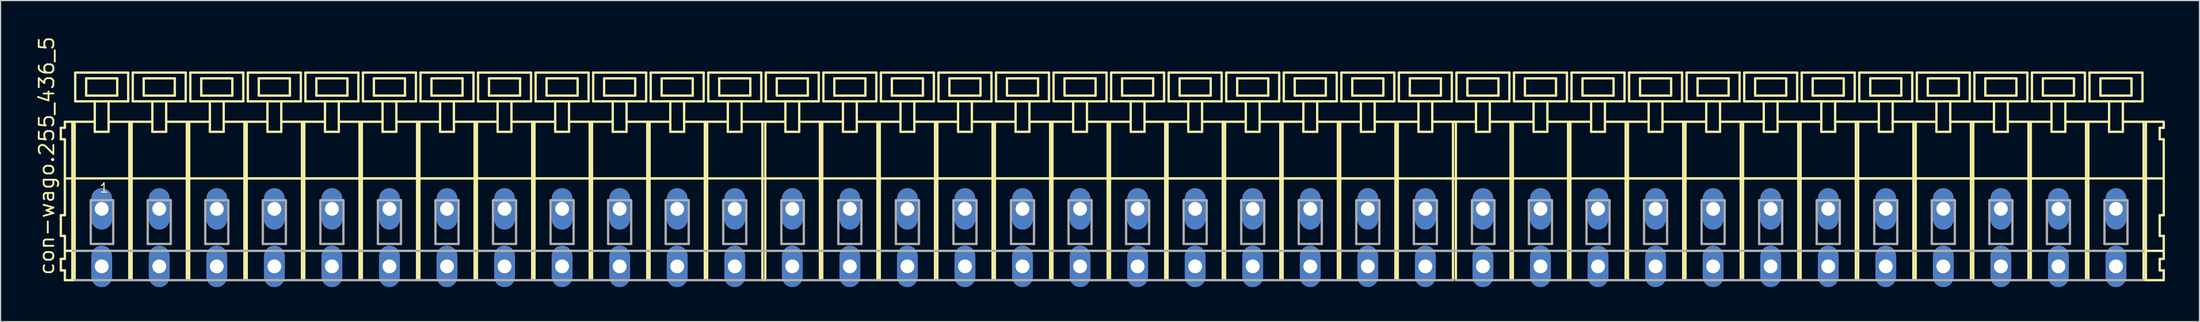
<source format=kicad_pcb>
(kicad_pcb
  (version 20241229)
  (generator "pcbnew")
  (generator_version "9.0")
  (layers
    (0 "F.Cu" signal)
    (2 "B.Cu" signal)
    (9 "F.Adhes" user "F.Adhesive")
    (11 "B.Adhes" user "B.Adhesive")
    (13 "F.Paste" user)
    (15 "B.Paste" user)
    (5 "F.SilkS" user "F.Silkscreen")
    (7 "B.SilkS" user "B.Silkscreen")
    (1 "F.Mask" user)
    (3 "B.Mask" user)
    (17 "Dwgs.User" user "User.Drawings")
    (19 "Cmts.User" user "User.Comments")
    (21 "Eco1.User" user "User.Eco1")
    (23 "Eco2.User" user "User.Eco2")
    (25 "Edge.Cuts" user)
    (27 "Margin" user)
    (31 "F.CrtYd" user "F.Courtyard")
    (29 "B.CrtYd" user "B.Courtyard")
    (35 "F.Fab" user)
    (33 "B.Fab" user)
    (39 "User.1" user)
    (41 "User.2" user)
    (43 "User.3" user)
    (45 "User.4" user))
  (footprint "con-wago.255_436_5"
    (layer "F.Cu")
    (at 93.285 15.114)
    (property "Reference" "con-wago.255_436_5" (at -91.535 5.855 90) (layer "F.SilkS") (effects (font (size 1.27 1.27) (thickness 0.16)) (justify left bottom)))
    (attr through_hole)
    (fp_line (start -91.05 -7.05) (end -91.05 -6.05) (stroke (width 0.203) (type default)) (layer "F.SilkS"))
    (fp_line (start -91.05 -6.05) (end -90.7 -6.05) (stroke (width 0.203) (type default)) (layer "F.SilkS"))
    (fp_line (start -91.05 0.55) (end -91.05 2.35) (stroke (width 0.203) (type default)) (layer "F.SilkS"))
    (fp_line (start -91.05 2.35) (end -90.7 2.35) (stroke (width 0.203) (type default)) (layer "F.SilkS"))
    (fp_line (start -91.05 4.35) (end -91.05 5.35) (stroke (width 0.203) (type default)) (layer "F.SilkS"))
    (fp_line (start -91.05 5.35) (end -90.7 5.35) (stroke (width 0.203) (type default)) (layer "F.SilkS"))
    (fp_line (start -90.7 -7.575) (end -90.7 -7.05) (stroke (width 0.203) (type default)) (layer "F.SilkS"))
    (fp_line (start -90.7 -7.575) (end -88.125 -7.575) (stroke (width 0.203) (type default)) (layer "F.SilkS"))
    (fp_line (start -90.7 -7.05) (end -91.05 -7.05) (stroke (width 0.203) (type default)) (layer "F.SilkS"))
    (fp_line (start -90.7 -6.05) (end -90.7 0.55) (stroke (width 0.203) (type default)) (layer "F.SilkS"))
    (fp_line (start -90.7 0.55) (end -91.05 0.55) (stroke (width 0.203) (type default)) (layer "F.SilkS"))
    (fp_line (start -90.7 2.35) (end -90.7 4.35) (stroke (width 0.203) (type default)) (layer "F.SilkS"))
    (fp_line (start -90.7 3.65) (end -90 3.65) (stroke (width 0.203) (type default)) (layer "F.SilkS"))
    (fp_line (start -90.7 4.35) (end -91.05 4.35) (stroke (width 0.203) (type default)) (layer "F.SilkS"))
    (fp_line (start -90.7 5.35) (end -90.7 6.2) (stroke (width 0.203) (type default)) (layer "F.SilkS"))
    (fp_line (start -90.7 6.2) (end -90.05 6.2) (stroke (width 0.203) (type default)) (layer "F.SilkS"))
    (fp_line (start -90.65 -2.65) (end -85.1 -2.65) (stroke (width 0.203) (type default)) (layer "F.SilkS"))
    (fp_line (start -90.05 -7.55) (end -90.05 6.2) (stroke (width 0.203) (type default)) (layer "F.SilkS"))
    (fp_line (start -90.05 6.2) (end -89.85 6.2) (stroke (width 0.203) (type default)) (layer "F.SilkS"))
    (fp_line (start -89.85 -7.55) (end -89.85 6.2) (stroke (width 0.203) (type default)) (layer "F.SilkS"))
    (fp_line (start -89.8 -11.85) (end -89.8 -9.35) (stroke (width 0.203) (type default)) (layer "F.SilkS"))
    (fp_line (start -89.8 -9.35) (end -88.1 -9.35) (stroke (width 0.203) (type default)) (layer "F.SilkS"))
    (fp_line (start -88.85 -11.35) (end -88.85 -9.85) (stroke (width 0.203) (type default)) (layer "F.SilkS"))
    (fp_line (start -88.85 -9.85) (end -86.15 -9.85) (stroke (width 0.203) (type default)) (layer "F.SilkS"))
    (fp_line (start -88.1 -9.35) (end -88.1 -6.7) (stroke (width 0.203) (type default)) (layer "F.SilkS"))
    (fp_line (start -88.1 -9.35) (end -86.9 -9.35) (stroke (width 0.203) (type default)) (layer "F.SilkS"))
    (fp_line (start -88.1 -6.7) (end -86.9 -6.7) (stroke (width 0.203) (type default)) (layer "F.SilkS"))
    (fp_line (start -86.9 -9.35) (end -85.2 -9.35) (stroke (width 0.203) (type default)) (layer "F.SilkS"))
    (fp_line (start -86.9 -6.7) (end -86.9 -9.35) (stroke (width 0.203) (type default)) (layer "F.SilkS"))
    (fp_line (start -86.825 -7.575) (end -83.125 -7.575) (stroke (width 0.203) (type default)) (layer "F.SilkS"))
    (fp_line (start -86.15 -11.35) (end -88.85 -11.35) (stroke (width 0.203) (type default)) (layer "F.SilkS"))
    (fp_line (start -86.15 -9.85) (end -86.15 -11.35) (stroke (width 0.203) (type default)) (layer "F.SilkS"))
    (fp_line (start -85.2 -11.85) (end -89.8 -11.85) (stroke (width 0.203) (type default)) (layer "F.SilkS"))
    (fp_line (start -85.2 -9.35) (end -85.2 -11.85) (stroke (width 0.203) (type default)) (layer "F.SilkS"))
    (fp_line (start -85.1 -7.55) (end -85.1 -2.65) (stroke (width 0.203) (type default)) (layer "F.SilkS"))
    (fp_line (start -85.1 -2.65) (end -85.1 6.2) (stroke (width 0.203) (type default)) (layer "F.SilkS"))
    (fp_line (start -84.9 -7.55) (end -84.9 -2.65) (stroke (width 0.203) (type default)) (layer "F.SilkS"))
    (fp_line (start -84.9 -2.65) (end -84.9 6.2) (stroke (width 0.203) (type default)) (layer "F.SilkS"))
    (fp_line (start -84.9 -2.65) (end -80.1 -2.65) (stroke (width 0.203) (type default)) (layer "F.SilkS"))
    (fp_line (start -84.8 -11.85) (end -84.8 -9.35) (stroke (width 0.203) (type default)) (layer "F.SilkS"))
    (fp_line (start -84.8 -9.35) (end -83.1 -9.35) (stroke (width 0.203) (type default)) (layer "F.SilkS"))
    (fp_line (start -83.85 -11.35) (end -83.85 -9.85) (stroke (width 0.203) (type default)) (layer "F.SilkS"))
    (fp_line (start -83.85 -9.85) (end -81.15 -9.85) (stroke (width 0.203) (type default)) (layer "F.SilkS"))
    (fp_line (start -83.1 -9.35) (end -83.1 -6.7) (stroke (width 0.203) (type default)) (layer "F.SilkS"))
    (fp_line (start -83.1 -9.35) (end -81.9 -9.35) (stroke (width 0.203) (type default)) (layer "F.SilkS"))
    (fp_line (start -83.1 -6.7) (end -81.9 -6.7) (stroke (width 0.203) (type default)) (layer "F.SilkS"))
    (fp_line (start -81.9 -9.35) (end -80.2 -9.35) (stroke (width 0.203) (type default)) (layer "F.SilkS"))
    (fp_line (start -81.9 -6.7) (end -81.9 -9.35) (stroke (width 0.203) (type default)) (layer "F.SilkS"))
    (fp_line (start -81.875 -7.575) (end -78.125 -7.575) (stroke (width 0.203) (type default)) (layer "F.SilkS"))
    (fp_line (start -81.15 -11.35) (end -83.85 -11.35) (stroke (width 0.203) (type default)) (layer "F.SilkS"))
    (fp_line (start -81.15 -9.85) (end -81.15 -11.35) (stroke (width 0.203) (type default)) (layer "F.SilkS"))
    (fp_line (start -80.2 -11.85) (end -84.8 -11.85) (stroke (width 0.203) (type default)) (layer "F.SilkS"))
    (fp_line (start -80.2 -9.35) (end -80.2 -11.85) (stroke (width 0.203) (type default)) (layer "F.SilkS"))
    (fp_line (start -80.1 -7.55) (end -80.1 -2.65) (stroke (width 0.203) (type default)) (layer "F.SilkS"))
    (fp_line (start -80.1 -2.65) (end -80.1 6.2) (stroke (width 0.203) (type default)) (layer "F.SilkS"))
    (fp_line (start -80.1 -2.65) (end -79.9 -2.65) (stroke (width 0.203) (type default)) (layer "F.SilkS"))
    (fp_line (start -79.9 -7.55) (end -79.9 -2.65) (stroke (width 0.203) (type default)) (layer "F.SilkS"))
    (fp_line (start -79.9 -2.65) (end -79.9 6.2) (stroke (width 0.203) (type default)) (layer "F.SilkS"))
    (fp_line (start -79.9 -2.65) (end -75.1 -2.65) (stroke (width 0.203) (type default)) (layer "F.SilkS"))
    (fp_line (start -79.8 -11.85) (end -79.8 -9.35) (stroke (width 0.203) (type default)) (layer "F.SilkS"))
    (fp_line (start -79.8 -9.35) (end -78.1 -9.35) (stroke (width 0.203) (type default)) (layer "F.SilkS"))
    (fp_line (start -78.85 -11.35) (end -78.85 -9.85) (stroke (width 0.203) (type default)) (layer "F.SilkS"))
    (fp_line (start -78.85 -9.85) (end -76.15 -9.85) (stroke (width 0.203) (type default)) (layer "F.SilkS"))
    (fp_line (start -78.1 -9.35) (end -78.1 -6.7) (stroke (width 0.203) (type default)) (layer "F.SilkS"))
    (fp_line (start -78.1 -9.35) (end -76.9 -9.35) (stroke (width 0.203) (type default)) (layer "F.SilkS"))
    (fp_line (start -78.1 -6.7) (end -76.9 -6.7) (stroke (width 0.203) (type default)) (layer "F.SilkS"))
    (fp_line (start -76.9 -9.35) (end -75.2 -9.35) (stroke (width 0.203) (type default)) (layer "F.SilkS"))
    (fp_line (start -76.9 -6.7) (end -76.9 -9.35) (stroke (width 0.203) (type default)) (layer "F.SilkS"))
    (fp_line (start -76.875 -7.575) (end -73.125 -7.575) (stroke (width 0.203) (type default)) (layer "F.SilkS"))
    (fp_line (start -76.15 -11.35) (end -78.85 -11.35) (stroke (width 0.203) (type default)) (layer "F.SilkS"))
    (fp_line (start -76.15 -9.85) (end -76.15 -11.35) (stroke (width 0.203) (type default)) (layer "F.SilkS"))
    (fp_line (start -75.2 -11.85) (end -79.8 -11.85) (stroke (width 0.203) (type default)) (layer "F.SilkS"))
    (fp_line (start -75.2 -9.35) (end -75.2 -11.85) (stroke (width 0.203) (type default)) (layer "F.SilkS"))
    (fp_line (start -75.1 -7.55) (end -75.1 -2.65) (stroke (width 0.203) (type default)) (layer "F.SilkS"))
    (fp_line (start -75.1 -2.65) (end -75.1 6.2) (stroke (width 0.203) (type default)) (layer "F.SilkS"))
    (fp_line (start -75.1 -2.65) (end -74.9 -2.65) (stroke (width 0.203) (type default)) (layer "F.SilkS"))
    (fp_line (start -75.1 -2.65) (end -30.1 -2.65) (stroke (width 0.203) (type default)) (layer "F.SilkS"))
    (fp_line (start -74.9 -7.55) (end -74.9 -2.65) (stroke (width 0.203) (type default)) (layer "F.SilkS"))
    (fp_line (start -74.9 -2.65) (end -74.9 6.2) (stroke (width 0.203) (type default)) (layer "F.SilkS"))
    (fp_line (start -74.9 -2.65) (end -70.1 -2.65) (stroke (width 0.203) (type default)) (layer "F.SilkS"))
    (fp_line (start -74.8 -11.85) (end -74.8 -9.35) (stroke (width 0.203) (type default)) (layer "F.SilkS"))
    (fp_line (start -74.8 -9.35) (end -73.1 -9.35) (stroke (width 0.203) (type default)) (layer "F.SilkS"))
    (fp_line (start -73.85 -11.35) (end -73.85 -9.85) (stroke (width 0.203) (type default)) (layer "F.SilkS"))
    (fp_line (start -73.85 -9.85) (end -71.15 -9.85) (stroke (width 0.203) (type default)) (layer "F.SilkS"))
    (fp_line (start -73.1 -9.35) (end -73.1 -6.7) (stroke (width 0.203) (type default)) (layer "F.SilkS"))
    (fp_line (start -73.1 -9.35) (end -71.9 -9.35) (stroke (width 0.203) (type default)) (layer "F.SilkS"))
    (fp_line (start -73.1 -6.7) (end -71.9 -6.7) (stroke (width 0.203) (type default)) (layer "F.SilkS"))
    (fp_line (start -71.9 -9.35) (end -70.2 -9.35) (stroke (width 0.203) (type default)) (layer "F.SilkS"))
    (fp_line (start -71.9 -6.7) (end -71.9 -9.35) (stroke (width 0.203) (type default)) (layer "F.SilkS"))
    (fp_line (start -71.875 -7.575) (end -68.125 -7.575) (stroke (width 0.203) (type default)) (layer "F.SilkS"))
    (fp_line (start -71.15 -11.35) (end -73.85 -11.35) (stroke (width 0.203) (type default)) (layer "F.SilkS"))
    (fp_line (start -71.15 -9.85) (end -71.15 -11.35) (stroke (width 0.203) (type default)) (layer "F.SilkS"))
    (fp_line (start -70.2 -11.85) (end -74.8 -11.85) (stroke (width 0.203) (type default)) (layer "F.SilkS"))
    (fp_line (start -70.2 -9.35) (end -70.2 -11.85) (stroke (width 0.203) (type default)) (layer "F.SilkS"))
    (fp_line (start -70.1 -7.55) (end -70.1 -2.65) (stroke (width 0.203) (type default)) (layer "F.SilkS"))
    (fp_line (start -70.1 -2.65) (end -70.1 6.2) (stroke (width 0.203) (type default)) (layer "F.SilkS"))
    (fp_line (start -70.1 -2.65) (end -69.9 -2.65) (stroke (width 0.203) (type default)) (layer "F.SilkS"))
    (fp_line (start -69.9 -7.55) (end -69.9 -2.65) (stroke (width 0.203) (type default)) (layer "F.SilkS"))
    (fp_line (start -69.9 -2.65) (end -69.9 6.2) (stroke (width 0.203) (type default)) (layer "F.SilkS"))
    (fp_line (start -69.9 -2.65) (end -65.1 -2.65) (stroke (width 0.203) (type default)) (layer "F.SilkS"))
    (fp_line (start -69.8 -11.85) (end -69.8 -9.35) (stroke (width 0.203) (type default)) (layer "F.SilkS"))
    (fp_line (start -69.8 -9.35) (end -68.1 -9.35) (stroke (width 0.203) (type default)) (layer "F.SilkS"))
    (fp_line (start -68.85 -11.35) (end -68.85 -9.85) (stroke (width 0.203) (type default)) (layer "F.SilkS"))
    (fp_line (start -68.85 -9.85) (end -66.15 -9.85) (stroke (width 0.203) (type default)) (layer "F.SilkS"))
    (fp_line (start -68.1 -9.35) (end -68.1 -6.7) (stroke (width 0.203) (type default)) (layer "F.SilkS"))
    (fp_line (start -68.1 -9.35) (end -66.9 -9.35) (stroke (width 0.203) (type default)) (layer "F.SilkS"))
    (fp_line (start -68.1 -6.7) (end -66.9 -6.7) (stroke (width 0.203) (type default)) (layer "F.SilkS"))
    (fp_line (start -66.9 -9.35) (end -65.2 -9.35) (stroke (width 0.203) (type default)) (layer "F.SilkS"))
    (fp_line (start -66.9 -6.7) (end -66.9 -9.35) (stroke (width 0.203) (type default)) (layer "F.SilkS"))
    (fp_line (start -66.875 -7.575) (end -63.125 -7.575) (stroke (width 0.203) (type default)) (layer "F.SilkS"))
    (fp_line (start -66.15 -11.35) (end -68.85 -11.35) (stroke (width 0.203) (type default)) (layer "F.SilkS"))
    (fp_line (start -66.15 -9.85) (end -66.15 -11.35) (stroke (width 0.203) (type default)) (layer "F.SilkS"))
    (fp_line (start -65.2 -11.85) (end -69.8 -11.85) (stroke (width 0.203) (type default)) (layer "F.SilkS"))
    (fp_line (start -65.2 -9.35) (end -65.2 -11.85) (stroke (width 0.203) (type default)) (layer "F.SilkS"))
    (fp_line (start -65.1 -7.55) (end -65.1 -2.65) (stroke (width 0.203) (type default)) (layer "F.SilkS"))
    (fp_line (start -65.1 -2.65) (end -65.1 6.2) (stroke (width 0.203) (type default)) (layer "F.SilkS"))
    (fp_line (start -65.1 -2.65) (end -64.9 -2.65) (stroke (width 0.203) (type default)) (layer "F.SilkS"))
    (fp_line (start -64.9 -7.55) (end -64.9 -2.65) (stroke (width 0.203) (type default)) (layer "F.SilkS"))
    (fp_line (start -64.9 -2.65) (end -64.9 6.2) (stroke (width 0.203) (type default)) (layer "F.SilkS"))
    (fp_line (start -64.9 -2.65) (end -60.1 -2.65) (stroke (width 0.203) (type default)) (layer "F.SilkS"))
    (fp_line (start -64.8 -11.85) (end -64.8 -9.35) (stroke (width 0.203) (type default)) (layer "F.SilkS"))
    (fp_line (start -64.8 -9.35) (end -63.1 -9.35) (stroke (width 0.203) (type default)) (layer "F.SilkS"))
    (fp_line (start -63.85 -11.35) (end -63.85 -9.85) (stroke (width 0.203) (type default)) (layer "F.SilkS"))
    (fp_line (start -63.85 -9.85) (end -61.15 -9.85) (stroke (width 0.203) (type default)) (layer "F.SilkS"))
    (fp_line (start -63.1 -9.35) (end -63.1 -6.7) (stroke (width 0.203) (type default)) (layer "F.SilkS"))
    (fp_line (start -63.1 -9.35) (end -61.9 -9.35) (stroke (width 0.203) (type default)) (layer "F.SilkS"))
    (fp_line (start -63.1 -6.7) (end -61.9 -6.7) (stroke (width 0.203) (type default)) (layer "F.SilkS"))
    (fp_line (start -61.9 -9.35) (end -60.2 -9.35) (stroke (width 0.203) (type default)) (layer "F.SilkS"))
    (fp_line (start -61.9 -6.7) (end -61.9 -9.35) (stroke (width 0.203) (type default)) (layer "F.SilkS"))
    (fp_line (start -61.875 -7.575) (end -58.125 -7.575) (stroke (width 0.203) (type default)) (layer "F.SilkS"))
    (fp_line (start -61.15 -11.35) (end -63.85 -11.35) (stroke (width 0.203) (type default)) (layer "F.SilkS"))
    (fp_line (start -61.15 -9.85) (end -61.15 -11.35) (stroke (width 0.203) (type default)) (layer "F.SilkS"))
    (fp_line (start -60.2 -11.85) (end -64.8 -11.85) (stroke (width 0.203) (type default)) (layer "F.SilkS"))
    (fp_line (start -60.2 -9.35) (end -60.2 -11.85) (stroke (width 0.203) (type default)) (layer "F.SilkS"))
    (fp_line (start -60.1 -7.55) (end -60.1 -2.65) (stroke (width 0.203) (type default)) (layer "F.SilkS"))
    (fp_line (start -60.1 -2.65) (end -60.1 6.2) (stroke (width 0.203) (type default)) (layer "F.SilkS"))
    (fp_line (start -60.1 -2.65) (end -59.9 -2.65) (stroke (width 0.203) (type default)) (layer "F.SilkS"))
    (fp_line (start -59.9 -7.55) (end -59.9 -2.65) (stroke (width 0.203) (type default)) (layer "F.SilkS"))
    (fp_line (start -59.9 -2.65) (end -59.9 6.2) (stroke (width 0.203) (type default)) (layer "F.SilkS"))
    (fp_line (start -59.9 -2.65) (end -55.1 -2.65) (stroke (width 0.203) (type default)) (layer "F.SilkS"))
    (fp_line (start -59.8 -11.85) (end -59.8 -9.35) (stroke (width 0.203) (type default)) (layer "F.SilkS"))
    (fp_line (start -59.8 -9.35) (end -58.1 -9.35) (stroke (width 0.203) (type default)) (layer "F.SilkS"))
    (fp_line (start -58.85 -11.35) (end -58.85 -9.85) (stroke (width 0.203) (type default)) (layer "F.SilkS"))
    (fp_line (start -58.85 -9.85) (end -56.15 -9.85) (stroke (width 0.203) (type default)) (layer "F.SilkS"))
    (fp_line (start -58.1 -9.35) (end -58.1 -6.7) (stroke (width 0.203) (type default)) (layer "F.SilkS"))
    (fp_line (start -58.1 -9.35) (end -56.9 -9.35) (stroke (width 0.203) (type default)) (layer "F.SilkS"))
    (fp_line (start -58.1 -6.7) (end -56.9 -6.7) (stroke (width 0.203) (type default)) (layer "F.SilkS"))
    (fp_line (start -56.9 -9.35) (end -55.2 -9.35) (stroke (width 0.203) (type default)) (layer "F.SilkS"))
    (fp_line (start -56.9 -6.7) (end -56.9 -9.35) (stroke (width 0.203) (type default)) (layer "F.SilkS"))
    (fp_line (start -56.875 -7.575) (end -53.125 -7.575) (stroke (width 0.203) (type default)) (layer "F.SilkS"))
    (fp_line (start -56.15 -11.35) (end -58.85 -11.35) (stroke (width 0.203) (type default)) (layer "F.SilkS"))
    (fp_line (start -56.15 -9.85) (end -56.15 -11.35) (stroke (width 0.203) (type default)) (layer "F.SilkS"))
    (fp_line (start -55.2 -11.85) (end -59.8 -11.85) (stroke (width 0.203) (type default)) (layer "F.SilkS"))
    (fp_line (start -55.2 -9.35) (end -55.2 -11.85) (stroke (width 0.203) (type default)) (layer "F.SilkS"))
    (fp_line (start -55.1 -7.55) (end -55.1 -2.65) (stroke (width 0.203) (type default)) (layer "F.SilkS"))
    (fp_line (start -55.1 -2.65) (end -55.1 6.2) (stroke (width 0.203) (type default)) (layer "F.SilkS"))
    (fp_line (start -55.1 -2.65) (end -54.9 -2.65) (stroke (width 0.203) (type default)) (layer "F.SilkS"))
    (fp_line (start -54.9 -7.55) (end -54.9 -2.65) (stroke (width 0.203) (type default)) (layer "F.SilkS"))
    (fp_line (start -54.9 -2.65) (end -54.9 6.2) (stroke (width 0.203) (type default)) (layer "F.SilkS"))
    (fp_line (start -54.9 -2.65) (end -50.1 -2.65) (stroke (width 0.203) (type default)) (layer "F.SilkS"))
    (fp_line (start -54.8 -11.85) (end -54.8 -9.35) (stroke (width 0.203) (type default)) (layer "F.SilkS"))
    (fp_line (start -54.8 -9.35) (end -53.1 -9.35) (stroke (width 0.203) (type default)) (layer "F.SilkS"))
    (fp_line (start -53.85 -11.35) (end -53.85 -9.85) (stroke (width 0.203) (type default)) (layer "F.SilkS"))
    (fp_line (start -53.85 -9.85) (end -51.15 -9.85) (stroke (width 0.203) (type default)) (layer "F.SilkS"))
    (fp_line (start -53.1 -9.35) (end -53.1 -6.7) (stroke (width 0.203) (type default)) (layer "F.SilkS"))
    (fp_line (start -53.1 -9.35) (end -51.9 -9.35) (stroke (width 0.203) (type default)) (layer "F.SilkS"))
    (fp_line (start -53.1 -6.7) (end -51.9 -6.7) (stroke (width 0.203) (type default)) (layer "F.SilkS"))
    (fp_line (start -51.9 -9.35) (end -50.2 -9.35) (stroke (width 0.203) (type default)) (layer "F.SilkS"))
    (fp_line (start -51.9 -6.7) (end -51.9 -9.35) (stroke (width 0.203) (type default)) (layer "F.SilkS"))
    (fp_line (start -51.875 -7.575) (end -48.125 -7.575) (stroke (width 0.203) (type default)) (layer "F.SilkS"))
    (fp_line (start -51.15 -11.35) (end -53.85 -11.35) (stroke (width 0.203) (type default)) (layer "F.SilkS"))
    (fp_line (start -51.15 -9.85) (end -51.15 -11.35) (stroke (width 0.203) (type default)) (layer "F.SilkS"))
    (fp_line (start -50.2 -11.85) (end -54.8 -11.85) (stroke (width 0.203) (type default)) (layer "F.SilkS"))
    (fp_line (start -50.2 -9.35) (end -50.2 -11.85) (stroke (width 0.203) (type default)) (layer "F.SilkS"))
    (fp_line (start -50.1 -7.55) (end -50.1 -2.65) (stroke (width 0.203) (type default)) (layer "F.SilkS"))
    (fp_line (start -50.1 -2.65) (end -50.1 6.2) (stroke (width 0.203) (type default)) (layer "F.SilkS"))
    (fp_line (start -50.1 -2.65) (end -49.9 -2.65) (stroke (width 0.203) (type default)) (layer "F.SilkS"))
    (fp_line (start -49.9 -7.55) (end -49.9 -2.65) (stroke (width 0.203) (type default)) (layer "F.SilkS"))
    (fp_line (start -49.9 -2.65) (end -49.9 6.2) (stroke (width 0.203) (type default)) (layer "F.SilkS"))
    (fp_line (start -49.9 -2.65) (end -45.1 -2.65) (stroke (width 0.203) (type default)) (layer "F.SilkS"))
    (fp_line (start -49.8 -11.85) (end -49.8 -9.35) (stroke (width 0.203) (type default)) (layer "F.SilkS"))
    (fp_line (start -49.8 -9.35) (end -48.1 -9.35) (stroke (width 0.203) (type default)) (layer "F.SilkS"))
    (fp_line (start -48.85 -11.35) (end -48.85 -9.85) (stroke (width 0.203) (type default)) (layer "F.SilkS"))
    (fp_line (start -48.85 -9.85) (end -46.15 -9.85) (stroke (width 0.203) (type default)) (layer "F.SilkS"))
    (fp_line (start -48.1 -9.35) (end -48.1 -6.7) (stroke (width 0.203) (type default)) (layer "F.SilkS"))
    (fp_line (start -48.1 -9.35) (end -46.9 -9.35) (stroke (width 0.203) (type default)) (layer "F.SilkS"))
    (fp_line (start -48.1 -6.7) (end -46.9 -6.7) (stroke (width 0.203) (type default)) (layer "F.SilkS"))
    (fp_line (start -46.9 -9.35) (end -45.2 -9.35) (stroke (width 0.203) (type default)) (layer "F.SilkS"))
    (fp_line (start -46.9 -6.7) (end -46.9 -9.35) (stroke (width 0.203) (type default)) (layer "F.SilkS"))
    (fp_line (start -46.875 -7.575) (end -43.125 -7.575) (stroke (width 0.203) (type default)) (layer "F.SilkS"))
    (fp_line (start -46.15 -11.35) (end -48.85 -11.35) (stroke (width 0.203) (type default)) (layer "F.SilkS"))
    (fp_line (start -46.15 -9.85) (end -46.15 -11.35) (stroke (width 0.203) (type default)) (layer "F.SilkS"))
    (fp_line (start -45.2 -11.85) (end -49.8 -11.85) (stroke (width 0.203) (type default)) (layer "F.SilkS"))
    (fp_line (start -45.2 -9.35) (end -45.2 -11.85) (stroke (width 0.203) (type default)) (layer "F.SilkS"))
    (fp_line (start -45.1 -7.55) (end -45.1 -2.65) (stroke (width 0.203) (type default)) (layer "F.SilkS"))
    (fp_line (start -45.1 -2.65) (end -45.1 6.2) (stroke (width 0.203) (type default)) (layer "F.SilkS"))
    (fp_line (start -45.1 -2.65) (end -44.9 -2.65) (stroke (width 0.203) (type default)) (layer "F.SilkS"))
    (fp_line (start -44.9 -7.55) (end -44.9 -2.65) (stroke (width 0.203) (type default)) (layer "F.SilkS"))
    (fp_line (start -44.9 -2.65) (end -44.9 6.2) (stroke (width 0.203) (type default)) (layer "F.SilkS"))
    (fp_line (start -44.9 -2.65) (end -40.1 -2.65) (stroke (width 0.203) (type default)) (layer "F.SilkS"))
    (fp_line (start -44.8 -11.85) (end -44.8 -9.35) (stroke (width 0.203) (type default)) (layer "F.SilkS"))
    (fp_line (start -44.8 -9.35) (end -43.1 -9.35) (stroke (width 0.203) (type default)) (layer "F.SilkS"))
    (fp_line (start -43.85 -11.35) (end -43.85 -9.85) (stroke (width 0.203) (type default)) (layer "F.SilkS"))
    (fp_line (start -43.85 -9.85) (end -41.15 -9.85) (stroke (width 0.203) (type default)) (layer "F.SilkS"))
    (fp_line (start -43.1 -9.35) (end -43.1 -6.7) (stroke (width 0.203) (type default)) (layer "F.SilkS"))
    (fp_line (start -43.1 -9.35) (end -41.9 -9.35) (stroke (width 0.203) (type default)) (layer "F.SilkS"))
    (fp_line (start -43.1 -6.7) (end -41.9 -6.7) (stroke (width 0.203) (type default)) (layer "F.SilkS"))
    (fp_line (start -41.9 -9.35) (end -40.2 -9.35) (stroke (width 0.203) (type default)) (layer "F.SilkS"))
    (fp_line (start -41.9 -6.7) (end -41.9 -9.35) (stroke (width 0.203) (type default)) (layer "F.SilkS"))
    (fp_line (start -41.875 -7.575) (end -38.125 -7.575) (stroke (width 0.203) (type default)) (layer "F.SilkS"))
    (fp_line (start -41.15 -11.35) (end -43.85 -11.35) (stroke (width 0.203) (type default)) (layer "F.SilkS"))
    (fp_line (start -41.15 -9.85) (end -41.15 -11.35) (stroke (width 0.203) (type default)) (layer "F.SilkS"))
    (fp_line (start -40.2 -11.85) (end -44.8 -11.85) (stroke (width 0.203) (type default)) (layer "F.SilkS"))
    (fp_line (start -40.2 -9.35) (end -40.2 -11.85) (stroke (width 0.203) (type default)) (layer "F.SilkS"))
    (fp_line (start -40.1 -7.55) (end -40.1 -2.65) (stroke (width 0.203) (type default)) (layer "F.SilkS"))
    (fp_line (start -40.1 -2.65) (end -40.1 6.2) (stroke (width 0.203) (type default)) (layer "F.SilkS"))
    (fp_line (start -40.1 -2.65) (end -39.9 -2.65) (stroke (width 0.203) (type default)) (layer "F.SilkS"))
    (fp_line (start -39.9 -7.55) (end -39.9 -2.65) (stroke (width 0.203) (type default)) (layer "F.SilkS"))
    (fp_line (start -39.9 -2.65) (end -39.9 6.2) (stroke (width 0.203) (type default)) (layer "F.SilkS"))
    (fp_line (start -39.9 -2.65) (end -35.1 -2.65) (stroke (width 0.203) (type default)) (layer "F.SilkS"))
    (fp_line (start -39.8 -11.85) (end -39.8 -9.35) (stroke (width 0.203) (type default)) (layer "F.SilkS"))
    (fp_line (start -39.8 -9.35) (end -38.1 -9.35) (stroke (width 0.203) (type default)) (layer "F.SilkS"))
    (fp_line (start -38.85 -11.35) (end -38.85 -9.85) (stroke (width 0.203) (type default)) (layer "F.SilkS"))
    (fp_line (start -38.85 -9.85) (end -36.15 -9.85) (stroke (width 0.203) (type default)) (layer "F.SilkS"))
    (fp_line (start -38.1 -9.35) (end -38.1 -6.7) (stroke (width 0.203) (type default)) (layer "F.SilkS"))
    (fp_line (start -38.1 -9.35) (end -36.9 -9.35) (stroke (width 0.203) (type default)) (layer "F.SilkS"))
    (fp_line (start -38.1 -6.7) (end -36.9 -6.7) (stroke (width 0.203) (type default)) (layer "F.SilkS"))
    (fp_line (start -36.9 -9.35) (end -35.2 -9.35) (stroke (width 0.203) (type default)) (layer "F.SilkS"))
    (fp_line (start -36.9 -6.7) (end -36.9 -9.35) (stroke (width 0.203) (type default)) (layer "F.SilkS"))
    (fp_line (start -36.875 -7.575) (end -33.125 -7.575) (stroke (width 0.203) (type default)) (layer "F.SilkS"))
    (fp_line (start -36.15 -11.35) (end -38.85 -11.35) (stroke (width 0.203) (type default)) (layer "F.SilkS"))
    (fp_line (start -36.15 -9.85) (end -36.15 -11.35) (stroke (width 0.203) (type default)) (layer "F.SilkS"))
    (fp_line (start -35.2 -11.85) (end -39.8 -11.85) (stroke (width 0.203) (type default)) (layer "F.SilkS"))
    (fp_line (start -35.2 -9.35) (end -35.2 -11.85) (stroke (width 0.203) (type default)) (layer "F.SilkS"))
    (fp_line (start -35.1 -7.55) (end -35.1 -2.65) (stroke (width 0.203) (type default)) (layer "F.SilkS"))
    (fp_line (start -35.1 -2.65) (end -35.1 6.2) (stroke (width 0.203) (type default)) (layer "F.SilkS"))
    (fp_line (start -35.1 -2.65) (end -34.9 -2.65) (stroke (width 0.203) (type default)) (layer "F.SilkS"))
    (fp_line (start -34.9 -7.55) (end -34.9 -2.65) (stroke (width 0.203) (type default)) (layer "F.SilkS"))
    (fp_line (start -34.9 -2.65) (end -34.9 6.2) (stroke (width 0.203) (type default)) (layer "F.SilkS"))
    (fp_line (start -34.8 -11.85) (end -34.8 -9.35) (stroke (width 0.203) (type default)) (layer "F.SilkS"))
    (fp_line (start -34.8 -9.35) (end -33.1 -9.35) (stroke (width 0.203) (type default)) (layer "F.SilkS"))
    (fp_line (start -33.85 -11.35) (end -33.85 -9.85) (stroke (width 0.203) (type default)) (layer "F.SilkS"))
    (fp_line (start -33.85 -9.85) (end -31.15 -9.85) (stroke (width 0.203) (type default)) (layer "F.SilkS"))
    (fp_line (start -33.1 -9.35) (end -33.1 -6.7) (stroke (width 0.203) (type default)) (layer "F.SilkS"))
    (fp_line (start -33.1 -9.35) (end -31.9 -9.35) (stroke (width 0.203) (type default)) (layer "F.SilkS"))
    (fp_line (start -33.1 -6.7) (end -31.9 -6.7) (stroke (width 0.203) (type default)) (layer "F.SilkS"))
    (fp_line (start -31.9 -9.35) (end -30.2 -9.35) (stroke (width 0.203) (type default)) (layer "F.SilkS"))
    (fp_line (start -31.9 -6.7) (end -31.9 -9.35) (stroke (width 0.203) (type default)) (layer "F.SilkS"))
    (fp_line (start -31.875 -7.575) (end -28.175 -7.575) (stroke (width 0.203) (type default)) (layer "F.SilkS"))
    (fp_line (start -31.15 -11.35) (end -33.85 -11.35) (stroke (width 0.203) (type default)) (layer "F.SilkS"))
    (fp_line (start -31.15 -9.85) (end -31.15 -11.35) (stroke (width 0.203) (type default)) (layer "F.SilkS"))
    (fp_line (start -30.2 -11.85) (end -34.8 -11.85) (stroke (width 0.203) (type default)) (layer "F.SilkS"))
    (fp_line (start -30.2 -9.35) (end -30.2 -11.85) (stroke (width 0.203) (type default)) (layer "F.SilkS"))
    (fp_line (start -30.1 -7.55) (end -30.1 -2.65) (stroke (width 0.203) (type default)) (layer "F.SilkS"))
    (fp_line (start -30.1 -2.65) (end -30.1 6.2) (stroke (width 0.203) (type default)) (layer "F.SilkS"))
    (fp_line (start -30.1 -2.65) (end -29.9 -2.65) (stroke (width 0.203) (type default)) (layer "F.SilkS"))
    (fp_line (start -30.1 6.2) (end -29.9 6.2) (stroke (width 0.203) (type default)) (layer "F.SilkS"))
    (fp_line (start -29.85 -7.55) (end -29.85 -2.65) (stroke (width 0.203) (type default)) (layer "F.SilkS"))
    (fp_line (start -29.85 -2.65) (end -29.85 6.2) (stroke (width 0.203) (type default)) (layer "F.SilkS"))
    (fp_line (start -29.85 -2.65) (end -25.1 -2.65) (stroke (width 0.203) (type default)) (layer "F.SilkS"))
    (fp_line (start -29.8 -11.85) (end -29.8 -9.35) (stroke (width 0.203) (type default)) (layer "F.SilkS"))
    (fp_line (start -29.8 -9.35) (end -28.1 -9.35) (stroke (width 0.203) (type default)) (layer "F.SilkS"))
    (fp_line (start -28.85 -11.35) (end -28.85 -9.85) (stroke (width 0.203) (type default)) (layer "F.SilkS"))
    (fp_line (start -28.85 -9.85) (end -26.15 -9.85) (stroke (width 0.203) (type default)) (layer "F.SilkS"))
    (fp_line (start -28.1 -9.35) (end -28.1 -6.7) (stroke (width 0.203) (type default)) (layer "F.SilkS"))
    (fp_line (start -28.1 -9.35) (end -26.9 -9.35) (stroke (width 0.203) (type default)) (layer "F.SilkS"))
    (fp_line (start -28.1 -6.7) (end -26.9 -6.7) (stroke (width 0.203) (type default)) (layer "F.SilkS"))
    (fp_line (start -26.9 -9.35) (end -25.2 -9.35) (stroke (width 0.203) (type default)) (layer "F.SilkS"))
    (fp_line (start -26.9 -6.7) (end -26.9 -9.35) (stroke (width 0.203) (type default)) (layer "F.SilkS"))
    (fp_line (start -26.825 -7.575) (end -23.125 -7.575) (stroke (width 0.203) (type default)) (layer "F.SilkS"))
    (fp_line (start -26.15 -11.35) (end -28.85 -11.35) (stroke (width 0.203) (type default)) (layer "F.SilkS"))
    (fp_line (start -26.15 -9.85) (end -26.15 -11.35) (stroke (width 0.203) (type default)) (layer "F.SilkS"))
    (fp_line (start -25.2 -11.85) (end -29.8 -11.85) (stroke (width 0.203) (type default)) (layer "F.SilkS"))
    (fp_line (start -25.2 -9.35) (end -25.2 -11.85) (stroke (width 0.203) (type default)) (layer "F.SilkS"))
    (fp_line (start -25.1 -7.55) (end -25.1 -2.65) (stroke (width 0.203) (type default)) (layer "F.SilkS"))
    (fp_line (start -25.1 -2.65) (end -25.1 6.2) (stroke (width 0.203) (type default)) (layer "F.SilkS"))
    (fp_line (start -24.9 -7.55) (end -24.9 -2.65) (stroke (width 0.203) (type default)) (layer "F.SilkS"))
    (fp_line (start -24.9 -2.65) (end -24.9 6.2) (stroke (width 0.203) (type default)) (layer "F.SilkS"))
    (fp_line (start -24.9 -2.65) (end -20.1 -2.65) (stroke (width 0.203) (type default)) (layer "F.SilkS"))
    (fp_line (start -24.8 -11.85) (end -24.8 -9.35) (stroke (width 0.203) (type default)) (layer "F.SilkS"))
    (fp_line (start -24.8 -9.35) (end -23.1 -9.35) (stroke (width 0.203) (type default)) (layer "F.SilkS"))
    (fp_line (start -23.85 -11.35) (end -23.85 -9.85) (stroke (width 0.203) (type default)) (layer "F.SilkS"))
    (fp_line (start -23.85 -9.85) (end -21.15 -9.85) (stroke (width 0.203) (type default)) (layer "F.SilkS"))
    (fp_line (start -23.1 -9.35) (end -23.1 -6.7) (stroke (width 0.203) (type default)) (layer "F.SilkS"))
    (fp_line (start -23.1 -9.35) (end -21.9 -9.35) (stroke (width 0.203) (type default)) (layer "F.SilkS"))
    (fp_line (start -23.1 -6.7) (end -21.9 -6.7) (stroke (width 0.203) (type default)) (layer "F.SilkS"))
    (fp_line (start -21.9 -9.35) (end -20.2 -9.35) (stroke (width 0.203) (type default)) (layer "F.SilkS"))
    (fp_line (start -21.9 -6.7) (end -21.9 -9.35) (stroke (width 0.203) (type default)) (layer "F.SilkS"))
    (fp_line (start -21.875 -7.575) (end -18.125 -7.575) (stroke (width 0.203) (type default)) (layer "F.SilkS"))
    (fp_line (start -21.15 -11.35) (end -23.85 -11.35) (stroke (width 0.203) (type default)) (layer "F.SilkS"))
    (fp_line (start -21.15 -9.85) (end -21.15 -11.35) (stroke (width 0.203) (type default)) (layer "F.SilkS"))
    (fp_line (start -20.2 -11.85) (end -24.8 -11.85) (stroke (width 0.203) (type default)) (layer "F.SilkS"))
    (fp_line (start -20.2 -9.35) (end -20.2 -11.85) (stroke (width 0.203) (type default)) (layer "F.SilkS"))
    (fp_line (start -20.1 -7.55) (end -20.1 -2.65) (stroke (width 0.203) (type default)) (layer "F.SilkS"))
    (fp_line (start -20.1 -2.65) (end -20.1 6.2) (stroke (width 0.203) (type default)) (layer "F.SilkS"))
    (fp_line (start -20.1 -2.65) (end -19.9 -2.65) (stroke (width 0.203) (type default)) (layer "F.SilkS"))
    (fp_line (start -19.9 -7.55) (end -19.9 -2.65) (stroke (width 0.203) (type default)) (layer "F.SilkS"))
    (fp_line (start -19.9 -2.65) (end -19.9 6.2) (stroke (width 0.203) (type default)) (layer "F.SilkS"))
    (fp_line (start -19.9 -2.65) (end -15.1 -2.65) (stroke (width 0.203) (type default)) (layer "F.SilkS"))
    (fp_line (start -19.8 -11.85) (end -19.8 -9.35) (stroke (width 0.203) (type default)) (layer "F.SilkS"))
    (fp_line (start -19.8 -9.35) (end -18.1 -9.35) (stroke (width 0.203) (type default)) (layer "F.SilkS"))
    (fp_line (start -18.85 -11.35) (end -18.85 -9.85) (stroke (width 0.203) (type default)) (layer "F.SilkS"))
    (fp_line (start -18.85 -9.85) (end -16.15 -9.85) (stroke (width 0.203) (type default)) (layer "F.SilkS"))
    (fp_line (start -18.1 -9.35) (end -18.1 -6.7) (stroke (width 0.203) (type default)) (layer "F.SilkS"))
    (fp_line (start -18.1 -9.35) (end -16.9 -9.35) (stroke (width 0.203) (type default)) (layer "F.SilkS"))
    (fp_line (start -18.1 -6.7) (end -16.9 -6.7) (stroke (width 0.203) (type default)) (layer "F.SilkS"))
    (fp_line (start -16.9 -9.35) (end -15.2 -9.35) (stroke (width 0.203) (type default)) (layer "F.SilkS"))
    (fp_line (start -16.9 -6.7) (end -16.9 -9.35) (stroke (width 0.203) (type default)) (layer "F.SilkS"))
    (fp_line (start -16.875 -7.575) (end -13.125 -7.575) (stroke (width 0.203) (type default)) (layer "F.SilkS"))
    (fp_line (start -16.15 -11.35) (end -18.85 -11.35) (stroke (width 0.203) (type default)) (layer "F.SilkS"))
    (fp_line (start -16.15 -9.85) (end -16.15 -11.35) (stroke (width 0.203) (type default)) (layer "F.SilkS"))
    (fp_line (start -15.2 -11.85) (end -19.8 -11.85) (stroke (width 0.203) (type default)) (layer "F.SilkS"))
    (fp_line (start -15.2 -9.35) (end -15.2 -11.85) (stroke (width 0.203) (type default)) (layer "F.SilkS"))
    (fp_line (start -15.1 -7.55) (end -15.1 -2.65) (stroke (width 0.203) (type default)) (layer "F.SilkS"))
    (fp_line (start -15.1 -2.65) (end -15.1 6.2) (stroke (width 0.203) (type default)) (layer "F.SilkS"))
    (fp_line (start -15.1 -2.65) (end -14.9 -2.65) (stroke (width 0.203) (type default)) (layer "F.SilkS"))
    (fp_line (start -15.1 -2.65) (end 29.9 -2.65) (stroke (width 0.203) (type default)) (layer "F.SilkS"))
    (fp_line (start -14.9 -7.55) (end -14.9 -2.65) (stroke (width 0.203) (type default)) (layer "F.SilkS"))
    (fp_line (start -14.9 -2.65) (end -14.9 6.2) (stroke (width 0.203) (type default)) (layer "F.SilkS"))
    (fp_line (start -14.9 -2.65) (end -10.1 -2.65) (stroke (width 0.203) (type default)) (layer "F.SilkS"))
    (fp_line (start -14.8 -11.85) (end -14.8 -9.35) (stroke (width 0.203) (type default)) (layer "F.SilkS"))
    (fp_line (start -14.8 -9.35) (end -13.1 -9.35) (stroke (width 0.203) (type default)) (layer "F.SilkS"))
    (fp_line (start -13.85 -11.35) (end -13.85 -9.85) (stroke (width 0.203) (type default)) (layer "F.SilkS"))
    (fp_line (start -13.85 -9.85) (end -11.15 -9.85) (stroke (width 0.203) (type default)) (layer "F.SilkS"))
    (fp_line (start -13.1 -9.35) (end -13.1 -6.7) (stroke (width 0.203) (type default)) (layer "F.SilkS"))
    (fp_line (start -13.1 -9.35) (end -11.9 -9.35) (stroke (width 0.203) (type default)) (layer "F.SilkS"))
    (fp_line (start -13.1 -6.7) (end -11.9 -6.7) (stroke (width 0.203) (type default)) (layer "F.SilkS"))
    (fp_line (start -11.9 -9.35) (end -10.2 -9.35) (stroke (width 0.203) (type default)) (layer "F.SilkS"))
    (fp_line (start -11.9 -6.7) (end -11.9 -9.35) (stroke (width 0.203) (type default)) (layer "F.SilkS"))
    (fp_line (start -11.875 -7.575) (end -8.125 -7.575) (stroke (width 0.203) (type default)) (layer "F.SilkS"))
    (fp_line (start -11.15 -11.35) (end -13.85 -11.35) (stroke (width 0.203) (type default)) (layer "F.SilkS"))
    (fp_line (start -11.15 -9.85) (end -11.15 -11.35) (stroke (width 0.203) (type default)) (layer "F.SilkS"))
    (fp_line (start -10.2 -11.85) (end -14.8 -11.85) (stroke (width 0.203) (type default)) (layer "F.SilkS"))
    (fp_line (start -10.2 -9.35) (end -10.2 -11.85) (stroke (width 0.203) (type default)) (layer "F.SilkS"))
    (fp_line (start -10.1 -7.55) (end -10.1 -2.65) (stroke (width 0.203) (type default)) (layer "F.SilkS"))
    (fp_line (start -10.1 -2.65) (end -10.1 6.2) (stroke (width 0.203) (type default)) (layer "F.SilkS"))
    (fp_line (start -10.1 -2.65) (end -9.9 -2.65) (stroke (width 0.203) (type default)) (layer "F.SilkS"))
    (fp_line (start -9.9 -7.55) (end -9.9 -2.65) (stroke (width 0.203) (type default)) (layer "F.SilkS"))
    (fp_line (start -9.9 -2.65) (end -9.9 6.2) (stroke (width 0.203) (type default)) (layer "F.SilkS"))
    (fp_line (start -9.9 -2.65) (end -5.1 -2.65) (stroke (width 0.203) (type default)) (layer "F.SilkS"))
    (fp_line (start -9.8 -11.85) (end -9.8 -9.35) (stroke (width 0.203) (type default)) (layer "F.SilkS"))
    (fp_line (start -9.8 -9.35) (end -8.1 -9.35) (stroke (width 0.203) (type default)) (layer "F.SilkS"))
    (fp_line (start -8.85 -11.35) (end -8.85 -9.85) (stroke (width 0.203) (type default)) (layer "F.SilkS"))
    (fp_line (start -8.85 -9.85) (end -6.15 -9.85) (stroke (width 0.203) (type default)) (layer "F.SilkS"))
    (fp_line (start -8.1 -9.35) (end -8.1 -6.7) (stroke (width 0.203) (type default)) (layer "F.SilkS"))
    (fp_line (start -8.1 -9.35) (end -6.9 -9.35) (stroke (width 0.203) (type default)) (layer "F.SilkS"))
    (fp_line (start -8.1 -6.7) (end -6.9 -6.7) (stroke (width 0.203) (type default)) (layer "F.SilkS"))
    (fp_line (start -6.9 -9.35) (end -5.2 -9.35) (stroke (width 0.203) (type default)) (layer "F.SilkS"))
    (fp_line (start -6.9 -6.7) (end -6.9 -9.35) (stroke (width 0.203) (type default)) (layer "F.SilkS"))
    (fp_line (start -6.875 -7.575) (end -3.125 -7.575) (stroke (width 0.203) (type default)) (layer "F.SilkS"))
    (fp_line (start -6.15 -11.35) (end -8.85 -11.35) (stroke (width 0.203) (type default)) (layer "F.SilkS"))
    (fp_line (start -6.15 -9.85) (end -6.15 -11.35) (stroke (width 0.203) (type default)) (layer "F.SilkS"))
    (fp_line (start -5.2 -11.85) (end -9.8 -11.85) (stroke (width 0.203) (type default)) (layer "F.SilkS"))
    (fp_line (start -5.2 -9.35) (end -5.2 -11.85) (stroke (width 0.203) (type default)) (layer "F.SilkS"))
    (fp_line (start -5.1 -7.55) (end -5.1 -2.65) (stroke (width 0.203) (type default)) (layer "F.SilkS"))
    (fp_line (start -5.1 -2.65) (end -5.1 6.2) (stroke (width 0.203) (type default)) (layer "F.SilkS"))
    (fp_line (start -5.1 -2.65) (end -4.9 -2.65) (stroke (width 0.203) (type default)) (layer "F.SilkS"))
    (fp_line (start -4.9 -7.55) (end -4.9 -2.65) (stroke (width 0.203) (type default)) (layer "F.SilkS"))
    (fp_line (start -4.9 -2.65) (end -4.9 6.2) (stroke (width 0.203) (type default)) (layer "F.SilkS"))
    (fp_line (start -4.9 -2.65) (end -0.1 -2.65) (stroke (width 0.203) (type default)) (layer "F.SilkS"))
    (fp_line (start -4.8 -11.85) (end -4.8 -9.35) (stroke (width 0.203) (type default)) (layer "F.SilkS"))
    (fp_line (start -4.8 -9.35) (end -3.1 -9.35) (stroke (width 0.203) (type default)) (layer "F.SilkS"))
    (fp_line (start -3.85 -11.35) (end -3.85 -9.85) (stroke (width 0.203) (type default)) (layer "F.SilkS"))
    (fp_line (start -3.85 -9.85) (end -1.15 -9.85) (stroke (width 0.203) (type default)) (layer "F.SilkS"))
    (fp_line (start -3.1 -9.35) (end -3.1 -6.7) (stroke (width 0.203) (type default)) (layer "F.SilkS"))
    (fp_line (start -3.1 -9.35) (end -1.9 -9.35) (stroke (width 0.203) (type default)) (layer "F.SilkS"))
    (fp_line (start -3.1 -6.7) (end -1.9 -6.7) (stroke (width 0.203) (type default)) (layer "F.SilkS"))
    (fp_line (start -1.9 -9.35) (end -0.2 -9.35) (stroke (width 0.203) (type default)) (layer "F.SilkS"))
    (fp_line (start -1.9 -6.7) (end -1.9 -9.35) (stroke (width 0.203) (type default)) (layer "F.SilkS"))
    (fp_line (start -1.875 -7.575) (end 1.875 -7.575) (stroke (width 0.203) (type default)) (layer "F.SilkS"))
    (fp_line (start -1.15 -11.35) (end -3.85 -11.35) (stroke (width 0.203) (type default)) (layer "F.SilkS"))
    (fp_line (start -1.15 -9.85) (end -1.15 -11.35) (stroke (width 0.203) (type default)) (layer "F.SilkS"))
    (fp_line (start -0.2 -11.85) (end -4.8 -11.85) (stroke (width 0.203) (type default)) (layer "F.SilkS"))
    (fp_line (start -0.2 -9.35) (end -0.2 -11.85) (stroke (width 0.203) (type default)) (layer "F.SilkS"))
    (fp_line (start -0.1 -7.55) (end -0.1 -2.65) (stroke (width 0.203) (type default)) (layer "F.SilkS"))
    (fp_line (start -0.1 -2.65) (end -0.1 6.2) (stroke (width 0.203) (type default)) (layer "F.SilkS"))
    (fp_line (start -0.1 -2.65) (end 0.1 -2.65) (stroke (width 0.203) (type default)) (layer "F.SilkS"))
    (fp_line (start 0.1 -7.55) (end 0.1 -2.65) (stroke (width 0.203) (type default)) (layer "F.SilkS"))
    (fp_line (start 0.1 -2.65) (end 0.1 6.2) (stroke (width 0.203) (type default)) (layer "F.SilkS"))
    (fp_line (start 0.1 -2.65) (end 4.9 -2.65) (stroke (width 0.203) (type default)) (layer "F.SilkS"))
    (fp_line (start 0.2 -11.85) (end 0.2 -9.35) (stroke (width 0.203) (type default)) (layer "F.SilkS"))
    (fp_line (start 0.2 -9.35) (end 1.9 -9.35) (stroke (width 0.203) (type default)) (layer "F.SilkS"))
    (fp_line (start 1.15 -11.35) (end 1.15 -9.85) (stroke (width 0.203) (type default)) (layer "F.SilkS"))
    (fp_line (start 1.15 -9.85) (end 3.85 -9.85) (stroke (width 0.203) (type default)) (layer "F.SilkS"))
    (fp_line (start 1.9 -9.35) (end 1.9 -6.7) (stroke (width 0.203) (type default)) (layer "F.SilkS"))
    (fp_line (start 1.9 -9.35) (end 3.1 -9.35) (stroke (width 0.203) (type default)) (layer "F.SilkS"))
    (fp_line (start 1.9 -6.7) (end 3.1 -6.7) (stroke (width 0.203) (type default)) (layer "F.SilkS"))
    (fp_line (start 3.1 -9.35) (end 4.8 -9.35) (stroke (width 0.203) (type default)) (layer "F.SilkS"))
    (fp_line (start 3.1 -6.7) (end 3.1 -9.35) (stroke (width 0.203) (type default)) (layer "F.SilkS"))
    (fp_line (start 3.125 -7.575) (end 6.875 -7.575) (stroke (width 0.203) (type default)) (layer "F.SilkS"))
    (fp_line (start 3.85 -11.35) (end 1.15 -11.35) (stroke (width 0.203) (type default)) (layer "F.SilkS"))
    (fp_line (start 3.85 -9.85) (end 3.85 -11.35) (stroke (width 0.203) (type default)) (layer "F.SilkS"))
    (fp_line (start 4.8 -11.85) (end 0.2 -11.85) (stroke (width 0.203) (type default)) (layer "F.SilkS"))
    (fp_line (start 4.8 -9.35) (end 4.8 -11.85) (stroke (width 0.203) (type default)) (layer "F.SilkS"))
    (fp_line (start 4.9 -7.55) (end 4.9 -2.65) (stroke (width 0.203) (type default)) (layer "F.SilkS"))
    (fp_line (start 4.9 -2.65) (end 4.9 6.2) (stroke (width 0.203) (type default)) (layer "F.SilkS"))
    (fp_line (start 4.9 -2.65) (end 5.1 -2.65) (stroke (width 0.203) (type default)) (layer "F.SilkS"))
    (fp_line (start 5.1 -7.55) (end 5.1 -2.65) (stroke (width 0.203) (type default)) (layer "F.SilkS"))
    (fp_line (start 5.1 -2.65) (end 5.1 6.2) (stroke (width 0.203) (type default)) (layer "F.SilkS"))
    (fp_line (start 5.1 -2.65) (end 9.9 -2.65) (stroke (width 0.203) (type default)) (layer "F.SilkS"))
    (fp_line (start 5.2 -11.85) (end 5.2 -9.35) (stroke (width 0.203) (type default)) (layer "F.SilkS"))
    (fp_line (start 5.2 -9.35) (end 6.9 -9.35) (stroke (width 0.203) (type default)) (layer "F.SilkS"))
    (fp_line (start 6.15 -11.35) (end 6.15 -9.85) (stroke (width 0.203) (type default)) (layer "F.SilkS"))
    (fp_line (start 6.15 -9.85) (end 8.85 -9.85) (stroke (width 0.203) (type default)) (layer "F.SilkS"))
    (fp_line (start 6.9 -9.35) (end 6.9 -6.7) (stroke (width 0.203) (type default)) (layer "F.SilkS"))
    (fp_line (start 6.9 -9.35) (end 8.1 -9.35) (stroke (width 0.203) (type default)) (layer "F.SilkS"))
    (fp_line (start 6.9 -6.7) (end 8.1 -6.7) (stroke (width 0.203) (type default)) (layer "F.SilkS"))
    (fp_line (start 8.1 -9.35) (end 9.8 -9.35) (stroke (width 0.203) (type default)) (layer "F.SilkS"))
    (fp_line (start 8.1 -6.7) (end 8.1 -9.35) (stroke (width 0.203) (type default)) (layer "F.SilkS"))
    (fp_line (start 8.125 -7.575) (end 11.875 -7.575) (stroke (width 0.203) (type default)) (layer "F.SilkS"))
    (fp_line (start 8.85 -11.35) (end 6.15 -11.35) (stroke (width 0.203) (type default)) (layer "F.SilkS"))
    (fp_line (start 8.85 -9.85) (end 8.85 -11.35) (stroke (width 0.203) (type default)) (layer "F.SilkS"))
    (fp_line (start 9.8 -11.85) (end 5.2 -11.85) (stroke (width 0.203) (type default)) (layer "F.SilkS"))
    (fp_line (start 9.8 -9.35) (end 9.8 -11.85) (stroke (width 0.203) (type default)) (layer "F.SilkS"))
    (fp_line (start 9.9 -7.55) (end 9.9 -2.65) (stroke (width 0.203) (type default)) (layer "F.SilkS"))
    (fp_line (start 9.9 -2.65) (end 9.9 6.2) (stroke (width 0.203) (type default)) (layer "F.SilkS"))
    (fp_line (start 9.9 -2.65) (end 10.1 -2.65) (stroke (width 0.203) (type default)) (layer "F.SilkS"))
    (fp_line (start 10.1 -7.55) (end 10.1 -2.65) (stroke (width 0.203) (type default)) (layer "F.SilkS"))
    (fp_line (start 10.1 -2.65) (end 10.1 6.2) (stroke (width 0.203) (type default)) (layer "F.SilkS"))
    (fp_line (start 10.1 -2.65) (end 14.9 -2.65) (stroke (width 0.203) (type default)) (layer "F.SilkS"))
    (fp_line (start 10.2 -11.85) (end 10.2 -9.35) (stroke (width 0.203) (type default)) (layer "F.SilkS"))
    (fp_line (start 10.2 -9.35) (end 11.9 -9.35) (stroke (width 0.203) (type default)) (layer "F.SilkS"))
    (fp_line (start 11.15 -11.35) (end 11.15 -9.85) (stroke (width 0.203) (type default)) (layer "F.SilkS"))
    (fp_line (start 11.15 -9.85) (end 13.85 -9.85) (stroke (width 0.203) (type default)) (layer "F.SilkS"))
    (fp_line (start 11.9 -9.35) (end 11.9 -6.7) (stroke (width 0.203) (type default)) (layer "F.SilkS"))
    (fp_line (start 11.9 -9.35) (end 13.1 -9.35) (stroke (width 0.203) (type default)) (layer "F.SilkS"))
    (fp_line (start 11.9 -6.7) (end 13.1 -6.7) (stroke (width 0.203) (type default)) (layer "F.SilkS"))
    (fp_line (start 13.1 -9.35) (end 14.8 -9.35) (stroke (width 0.203) (type default)) (layer "F.SilkS"))
    (fp_line (start 13.1 -6.7) (end 13.1 -9.35) (stroke (width 0.203) (type default)) (layer "F.SilkS"))
    (fp_line (start 13.125 -7.575) (end 16.875 -7.575) (stroke (width 0.203) (type default)) (layer "F.SilkS"))
    (fp_line (start 13.85 -11.35) (end 11.15 -11.35) (stroke (width 0.203) (type default)) (layer "F.SilkS"))
    (fp_line (start 13.85 -9.85) (end 13.85 -11.35) (stroke (width 0.203) (type default)) (layer "F.SilkS"))
    (fp_line (start 14.8 -11.85) (end 10.2 -11.85) (stroke (width 0.203) (type default)) (layer "F.SilkS"))
    (fp_line (start 14.8 -9.35) (end 14.8 -11.85) (stroke (width 0.203) (type default)) (layer "F.SilkS"))
    (fp_line (start 14.9 -7.55) (end 14.9 -2.65) (stroke (width 0.203) (type default)) (layer "F.SilkS"))
    (fp_line (start 14.9 -2.65) (end 14.9 6.2) (stroke (width 0.203) (type default)) (layer "F.SilkS"))
    (fp_line (start 14.9 -2.65) (end 15.1 -2.65) (stroke (width 0.203) (type default)) (layer "F.SilkS"))
    (fp_line (start 15.1 -7.55) (end 15.1 -2.65) (stroke (width 0.203) (type default)) (layer "F.SilkS"))
    (fp_line (start 15.1 -2.65) (end 15.1 6.2) (stroke (width 0.203) (type default)) (layer "F.SilkS"))
    (fp_line (start 15.1 -2.65) (end 19.9 -2.65) (stroke (width 0.203) (type default)) (layer "F.SilkS"))
    (fp_line (start 15.2 -11.85) (end 15.2 -9.35) (stroke (width 0.203) (type default)) (layer "F.SilkS"))
    (fp_line (start 15.2 -9.35) (end 16.9 -9.35) (stroke (width 0.203) (type default)) (layer "F.SilkS"))
    (fp_line (start 16.15 -11.35) (end 16.15 -9.85) (stroke (width 0.203) (type default)) (layer "F.SilkS"))
    (fp_line (start 16.15 -9.85) (end 18.85 -9.85) (stroke (width 0.203) (type default)) (layer "F.SilkS"))
    (fp_line (start 16.9 -9.35) (end 16.9 -6.7) (stroke (width 0.203) (type default)) (layer "F.SilkS"))
    (fp_line (start 16.9 -9.35) (end 18.1 -9.35) (stroke (width 0.203) (type default)) (layer "F.SilkS"))
    (fp_line (start 16.9 -6.7) (end 18.1 -6.7) (stroke (width 0.203) (type default)) (layer "F.SilkS"))
    (fp_line (start 18.1 -9.35) (end 19.8 -9.35) (stroke (width 0.203) (type default)) (layer "F.SilkS"))
    (fp_line (start 18.1 -6.7) (end 18.1 -9.35) (stroke (width 0.203) (type default)) (layer "F.SilkS"))
    (fp_line (start 18.125 -7.575) (end 21.875 -7.575) (stroke (width 0.203) (type default)) (layer "F.SilkS"))
    (fp_line (start 18.85 -11.35) (end 16.15 -11.35) (stroke (width 0.203) (type default)) (layer "F.SilkS"))
    (fp_line (start 18.85 -9.85) (end 18.85 -11.35) (stroke (width 0.203) (type default)) (layer "F.SilkS"))
    (fp_line (start 19.8 -11.85) (end 15.2 -11.85) (stroke (width 0.203) (type default)) (layer "F.SilkS"))
    (fp_line (start 19.8 -9.35) (end 19.8 -11.85) (stroke (width 0.203) (type default)) (layer "F.SilkS"))
    (fp_line (start 19.9 -7.55) (end 19.9 -2.65) (stroke (width 0.203) (type default)) (layer "F.SilkS"))
    (fp_line (start 19.9 -2.65) (end 19.9 6.2) (stroke (width 0.203) (type default)) (layer "F.SilkS"))
    (fp_line (start 19.9 -2.65) (end 20.1 -2.65) (stroke (width 0.203) (type default)) (layer "F.SilkS"))
    (fp_line (start 20.1 -7.55) (end 20.1 -2.65) (stroke (width 0.203) (type default)) (layer "F.SilkS"))
    (fp_line (start 20.1 -2.65) (end 20.1 6.2) (stroke (width 0.203) (type default)) (layer "F.SilkS"))
    (fp_line (start 20.1 -2.65) (end 24.9 -2.65) (stroke (width 0.203) (type default)) (layer "F.SilkS"))
    (fp_line (start 20.2 -11.85) (end 20.2 -9.35) (stroke (width 0.203) (type default)) (layer "F.SilkS"))
    (fp_line (start 20.2 -9.35) (end 21.9 -9.35) (stroke (width 0.203) (type default)) (layer "F.SilkS"))
    (fp_line (start 21.15 -11.35) (end 21.15 -9.85) (stroke (width 0.203) (type default)) (layer "F.SilkS"))
    (fp_line (start 21.15 -9.85) (end 23.85 -9.85) (stroke (width 0.203) (type default)) (layer "F.SilkS"))
    (fp_line (start 21.9 -9.35) (end 21.9 -6.7) (stroke (width 0.203) (type default)) (layer "F.SilkS"))
    (fp_line (start 21.9 -9.35) (end 23.1 -9.35) (stroke (width 0.203) (type default)) (layer "F.SilkS"))
    (fp_line (start 21.9 -6.7) (end 23.1 -6.7) (stroke (width 0.203) (type default)) (layer "F.SilkS"))
    (fp_line (start 23.1 -9.35) (end 24.8 -9.35) (stroke (width 0.203) (type default)) (layer "F.SilkS"))
    (fp_line (start 23.1 -6.7) (end 23.1 -9.35) (stroke (width 0.203) (type default)) (layer "F.SilkS"))
    (fp_line (start 23.125 -7.575) (end 26.875 -7.575) (stroke (width 0.203) (type default)) (layer "F.SilkS"))
    (fp_line (start 23.85 -11.35) (end 21.15 -11.35) (stroke (width 0.203) (type default)) (layer "F.SilkS"))
    (fp_line (start 23.85 -9.85) (end 23.85 -11.35) (stroke (width 0.203) (type default)) (layer "F.SilkS"))
    (fp_line (start 24.8 -11.85) (end 20.2 -11.85) (stroke (width 0.203) (type default)) (layer "F.SilkS"))
    (fp_line (start 24.8 -9.35) (end 24.8 -11.85) (stroke (width 0.203) (type default)) (layer "F.SilkS"))
    (fp_line (start 24.9 -7.55) (end 24.9 -2.65) (stroke (width 0.203) (type default)) (layer "F.SilkS"))
    (fp_line (start 24.9 -2.65) (end 24.9 6.2) (stroke (width 0.203) (type default)) (layer "F.SilkS"))
    (fp_line (start 24.9 -2.65) (end 25.1 -2.65) (stroke (width 0.203) (type default)) (layer "F.SilkS"))
    (fp_line (start 25.1 -7.55) (end 25.1 -2.65) (stroke (width 0.203) (type default)) (layer "F.SilkS"))
    (fp_line (start 25.1 -2.65) (end 25.1 6.2) (stroke (width 0.203) (type default)) (layer "F.SilkS"))
    (fp_line (start 25.2 -11.85) (end 25.2 -9.35) (stroke (width 0.203) (type default)) (layer "F.SilkS"))
    (fp_line (start 25.2 -9.35) (end 26.9 -9.35) (stroke (width 0.203) (type default)) (layer "F.SilkS"))
    (fp_line (start 26.15 -11.35) (end 26.15 -9.85) (stroke (width 0.203) (type default)) (layer "F.SilkS"))
    (fp_line (start 26.15 -9.85) (end 28.85 -9.85) (stroke (width 0.203) (type default)) (layer "F.SilkS"))
    (fp_line (start 26.9 -9.35) (end 26.9 -6.7) (stroke (width 0.203) (type default)) (layer "F.SilkS"))
    (fp_line (start 26.9 -9.35) (end 28.1 -9.35) (stroke (width 0.203) (type default)) (layer "F.SilkS"))
    (fp_line (start 26.9 -6.7) (end 28.1 -6.7) (stroke (width 0.203) (type default)) (layer "F.SilkS"))
    (fp_line (start 28.1 -9.35) (end 29.8 -9.35) (stroke (width 0.203) (type default)) (layer "F.SilkS"))
    (fp_line (start 28.1 -6.7) (end 28.1 -9.35) (stroke (width 0.203) (type default)) (layer "F.SilkS"))
    (fp_line (start 28.125 -7.575) (end 31.825 -7.575) (stroke (width 0.203) (type default)) (layer "F.SilkS"))
    (fp_line (start 28.85 -11.35) (end 26.15 -11.35) (stroke (width 0.203) (type default)) (layer "F.SilkS"))
    (fp_line (start 28.85 -9.85) (end 28.85 -11.35) (stroke (width 0.203) (type default)) (layer "F.SilkS"))
    (fp_line (start 29.35 -2.65) (end 34.9 -2.65) (stroke (width 0.203) (type default)) (layer "F.SilkS"))
    (fp_line (start 29.8 -11.85) (end 25.2 -11.85) (stroke (width 0.203) (type default)) (layer "F.SilkS"))
    (fp_line (start 29.8 -9.35) (end 29.8 -11.85) (stroke (width 0.203) (type default)) (layer "F.SilkS"))
    (fp_line (start 29.9 -7.55) (end 29.9 -2.65) (stroke (width 0.203) (type default)) (layer "F.SilkS"))
    (fp_line (start 29.9 -2.65) (end 29.9 6.2) (stroke (width 0.203) (type default)) (layer "F.SilkS"))
    (fp_line (start 29.9 -2.65) (end 30.1 -2.65) (stroke (width 0.203) (type default)) (layer "F.SilkS"))
    (fp_line (start 30.15 -7.55) (end 30.15 6.2) (stroke (width 0.203) (type default)) (layer "F.SilkS"))
    (fp_line (start 30.2 -11.85) (end 30.2 -9.35) (stroke (width 0.203) (type default)) (layer "F.SilkS"))
    (fp_line (start 30.2 -9.35) (end 31.9 -9.35) (stroke (width 0.203) (type default)) (layer "F.SilkS"))
    (fp_line (start 31.15 -11.35) (end 31.15 -9.85) (stroke (width 0.203) (type default)) (layer "F.SilkS"))
    (fp_line (start 31.15 -9.85) (end 33.85 -9.85) (stroke (width 0.203) (type default)) (layer "F.SilkS"))
    (fp_line (start 31.9 -9.35) (end 31.9 -6.7) (stroke (width 0.203) (type default)) (layer "F.SilkS"))
    (fp_line (start 31.9 -9.35) (end 33.1 -9.35) (stroke (width 0.203) (type default)) (layer "F.SilkS"))
    (fp_line (start 31.9 -6.7) (end 33.1 -6.7) (stroke (width 0.203) (type default)) (layer "F.SilkS"))
    (fp_line (start 33.1 -9.35) (end 34.8 -9.35) (stroke (width 0.203) (type default)) (layer "F.SilkS"))
    (fp_line (start 33.1 -6.7) (end 33.1 -9.35) (stroke (width 0.203) (type default)) (layer "F.SilkS"))
    (fp_line (start 33.175 -7.575) (end 36.875 -7.575) (stroke (width 0.203) (type default)) (layer "F.SilkS"))
    (fp_line (start 33.85 -11.35) (end 31.15 -11.35) (stroke (width 0.203) (type default)) (layer "F.SilkS"))
    (fp_line (start 33.85 -9.85) (end 33.85 -11.35) (stroke (width 0.203) (type default)) (layer "F.SilkS"))
    (fp_line (start 34.8 -11.85) (end 30.2 -11.85) (stroke (width 0.203) (type default)) (layer "F.SilkS"))
    (fp_line (start 34.8 -9.35) (end 34.8 -11.85) (stroke (width 0.203) (type default)) (layer "F.SilkS"))
    (fp_line (start 34.9 -7.55) (end 34.9 -2.65) (stroke (width 0.203) (type default)) (layer "F.SilkS"))
    (fp_line (start 34.9 -2.65) (end 34.9 6.2) (stroke (width 0.203) (type default)) (layer "F.SilkS"))
    (fp_line (start 35.1 -7.55) (end 35.1 -2.65) (stroke (width 0.203) (type default)) (layer "F.SilkS"))
    (fp_line (start 35.1 -2.65) (end 35.1 6.2) (stroke (width 0.203) (type default)) (layer "F.SilkS"))
    (fp_line (start 35.1 -2.65) (end 39.9 -2.65) (stroke (width 0.203) (type default)) (layer "F.SilkS"))
    (fp_line (start 35.2 -11.85) (end 35.2 -9.35) (stroke (width 0.203) (type default)) (layer "F.SilkS"))
    (fp_line (start 35.2 -9.35) (end 36.9 -9.35) (stroke (width 0.203) (type default)) (layer "F.SilkS"))
    (fp_line (start 36.15 -11.35) (end 36.15 -9.85) (stroke (width 0.203) (type default)) (layer "F.SilkS"))
    (fp_line (start 36.15 -9.85) (end 38.85 -9.85) (stroke (width 0.203) (type default)) (layer "F.SilkS"))
    (fp_line (start 36.9 -9.35) (end 36.9 -6.7) (stroke (width 0.203) (type default)) (layer "F.SilkS"))
    (fp_line (start 36.9 -9.35) (end 38.1 -9.35) (stroke (width 0.203) (type default)) (layer "F.SilkS"))
    (fp_line (start 36.9 -6.7) (end 38.1 -6.7) (stroke (width 0.203) (type default)) (layer "F.SilkS"))
    (fp_line (start 38.1 -9.35) (end 39.8 -9.35) (stroke (width 0.203) (type default)) (layer "F.SilkS"))
    (fp_line (start 38.1 -6.7) (end 38.1 -9.35) (stroke (width 0.203) (type default)) (layer "F.SilkS"))
    (fp_line (start 38.125 -7.575) (end 41.875 -7.575) (stroke (width 0.203) (type default)) (layer "F.SilkS"))
    (fp_line (start 38.85 -11.35) (end 36.15 -11.35) (stroke (width 0.203) (type default)) (layer "F.SilkS"))
    (fp_line (start 38.85 -9.85) (end 38.85 -11.35) (stroke (width 0.203) (type default)) (layer "F.SilkS"))
    (fp_line (start 39.8 -11.85) (end 35.2 -11.85) (stroke (width 0.203) (type default)) (layer "F.SilkS"))
    (fp_line (start 39.8 -9.35) (end 39.8 -11.85) (stroke (width 0.203) (type default)) (layer "F.SilkS"))
    (fp_line (start 39.9 -7.55) (end 39.9 -2.65) (stroke (width 0.203) (type default)) (layer "F.SilkS"))
    (fp_line (start 39.9 -2.65) (end 39.9 6.2) (stroke (width 0.203) (type default)) (layer "F.SilkS"))
    (fp_line (start 39.9 -2.65) (end 40.1 -2.65) (stroke (width 0.203) (type default)) (layer "F.SilkS"))
    (fp_line (start 40.1 -7.55) (end 40.1 -2.65) (stroke (width 0.203) (type default)) (layer "F.SilkS"))
    (fp_line (start 40.1 -2.65) (end 40.1 6.2) (stroke (width 0.203) (type default)) (layer "F.SilkS"))
    (fp_line (start 40.1 -2.65) (end 44.9 -2.65) (stroke (width 0.203) (type default)) (layer "F.SilkS"))
    (fp_line (start 40.2 -11.85) (end 40.2 -9.35) (stroke (width 0.203) (type default)) (layer "F.SilkS"))
    (fp_line (start 40.2 -9.35) (end 41.9 -9.35) (stroke (width 0.203) (type default)) (layer "F.SilkS"))
    (fp_line (start 41.15 -11.35) (end 41.15 -9.85) (stroke (width 0.203) (type default)) (layer "F.SilkS"))
    (fp_line (start 41.15 -9.85) (end 43.85 -9.85) (stroke (width 0.203) (type default)) (layer "F.SilkS"))
    (fp_line (start 41.9 -9.35) (end 41.9 -6.7) (stroke (width 0.203) (type default)) (layer "F.SilkS"))
    (fp_line (start 41.9 -9.35) (end 43.1 -9.35) (stroke (width 0.203) (type default)) (layer "F.SilkS"))
    (fp_line (start 41.9 -6.7) (end 43.1 -6.7) (stroke (width 0.203) (type default)) (layer "F.SilkS"))
    (fp_line (start 43.1 -9.35) (end 44.8 -9.35) (stroke (width 0.203) (type default)) (layer "F.SilkS"))
    (fp_line (start 43.1 -6.7) (end 43.1 -9.35) (stroke (width 0.203) (type default)) (layer "F.SilkS"))
    (fp_line (start 43.125 -7.575) (end 46.875 -7.575) (stroke (width 0.203) (type default)) (layer "F.SilkS"))
    (fp_line (start 43.85 -11.35) (end 41.15 -11.35) (stroke (width 0.203) (type default)) (layer "F.SilkS"))
    (fp_line (start 43.85 -9.85) (end 43.85 -11.35) (stroke (width 0.203) (type default)) (layer "F.SilkS"))
    (fp_line (start 44.8 -11.85) (end 40.2 -11.85) (stroke (width 0.203) (type default)) (layer "F.SilkS"))
    (fp_line (start 44.8 -9.35) (end 44.8 -11.85) (stroke (width 0.203) (type default)) (layer "F.SilkS"))
    (fp_line (start 44.9 -7.55) (end 44.9 -2.65) (stroke (width 0.203) (type default)) (layer "F.SilkS"))
    (fp_line (start 44.9 -2.65) (end 44.9 6.2) (stroke (width 0.203) (type default)) (layer "F.SilkS"))
    (fp_line (start 44.9 -2.65) (end 45.1 -2.65) (stroke (width 0.203) (type default)) (layer "F.SilkS"))
    (fp_line (start 44.9 -2.65) (end 89.9 -2.65) (stroke (width 0.203) (type default)) (layer "F.SilkS"))
    (fp_line (start 45.1 -7.55) (end 45.1 -2.65) (stroke (width 0.203) (type default)) (layer "F.SilkS"))
    (fp_line (start 45.1 -2.65) (end 45.1 6.2) (stroke (width 0.203) (type default)) (layer "F.SilkS"))
    (fp_line (start 45.1 -2.65) (end 49.9 -2.65) (stroke (width 0.203) (type default)) (layer "F.SilkS"))
    (fp_line (start 45.2 -11.85) (end 45.2 -9.35) (stroke (width 0.203) (type default)) (layer "F.SilkS"))
    (fp_line (start 45.2 -9.35) (end 46.9 -9.35) (stroke (width 0.203) (type default)) (layer "F.SilkS"))
    (fp_line (start 46.15 -11.35) (end 46.15 -9.85) (stroke (width 0.203) (type default)) (layer "F.SilkS"))
    (fp_line (start 46.15 -9.85) (end 48.85 -9.85) (stroke (width 0.203) (type default)) (layer "F.SilkS"))
    (fp_line (start 46.9 -9.35) (end 46.9 -6.7) (stroke (width 0.203) (type default)) (layer "F.SilkS"))
    (fp_line (start 46.9 -9.35) (end 48.1 -9.35) (stroke (width 0.203) (type default)) (layer "F.SilkS"))
    (fp_line (start 46.9 -6.7) (end 48.1 -6.7) (stroke (width 0.203) (type default)) (layer "F.SilkS"))
    (fp_line (start 48.1 -9.35) (end 49.8 -9.35) (stroke (width 0.203) (type default)) (layer "F.SilkS"))
    (fp_line (start 48.1 -6.7) (end 48.1 -9.35) (stroke (width 0.203) (type default)) (layer "F.SilkS"))
    (fp_line (start 48.125 -7.575) (end 51.875 -7.575) (stroke (width 0.203) (type default)) (layer "F.SilkS"))
    (fp_line (start 48.85 -11.35) (end 46.15 -11.35) (stroke (width 0.203) (type default)) (layer "F.SilkS"))
    (fp_line (start 48.85 -9.85) (end 48.85 -11.35) (stroke (width 0.203) (type default)) (layer "F.SilkS"))
    (fp_line (start 49.8 -11.85) (end 45.2 -11.85) (stroke (width 0.203) (type default)) (layer "F.SilkS"))
    (fp_line (start 49.8 -9.35) (end 49.8 -11.85) (stroke (width 0.203) (type default)) (layer "F.SilkS"))
    (fp_line (start 49.9 -7.55) (end 49.9 -2.65) (stroke (width 0.203) (type default)) (layer "F.SilkS"))
    (fp_line (start 49.9 -2.65) (end 49.9 6.2) (stroke (width 0.203) (type default)) (layer "F.SilkS"))
    (fp_line (start 49.9 -2.65) (end 50.1 -2.65) (stroke (width 0.203) (type default)) (layer "F.SilkS"))
    (fp_line (start 50.1 -7.55) (end 50.1 -2.65) (stroke (width 0.203) (type default)) (layer "F.SilkS"))
    (fp_line (start 50.1 -2.65) (end 50.1 6.2) (stroke (width 0.203) (type default)) (layer "F.SilkS"))
    (fp_line (start 50.1 -2.65) (end 54.9 -2.65) (stroke (width 0.203) (type default)) (layer "F.SilkS"))
    (fp_line (start 50.2 -11.85) (end 50.2 -9.35) (stroke (width 0.203) (type default)) (layer "F.SilkS"))
    (fp_line (start 50.2 -9.35) (end 51.9 -9.35) (stroke (width 0.203) (type default)) (layer "F.SilkS"))
    (fp_line (start 51.15 -11.35) (end 51.15 -9.85) (stroke (width 0.203) (type default)) (layer "F.SilkS"))
    (fp_line (start 51.15 -9.85) (end 53.85 -9.85) (stroke (width 0.203) (type default)) (layer "F.SilkS"))
    (fp_line (start 51.9 -9.35) (end 51.9 -6.7) (stroke (width 0.203) (type default)) (layer "F.SilkS"))
    (fp_line (start 51.9 -9.35) (end 53.1 -9.35) (stroke (width 0.203) (type default)) (layer "F.SilkS"))
    (fp_line (start 51.9 -6.7) (end 53.1 -6.7) (stroke (width 0.203) (type default)) (layer "F.SilkS"))
    (fp_line (start 53.1 -9.35) (end 54.8 -9.35) (stroke (width 0.203) (type default)) (layer "F.SilkS"))
    (fp_line (start 53.1 -6.7) (end 53.1 -9.35) (stroke (width 0.203) (type default)) (layer "F.SilkS"))
    (fp_line (start 53.125 -7.575) (end 56.875 -7.575) (stroke (width 0.203) (type default)) (layer "F.SilkS"))
    (fp_line (start 53.85 -11.35) (end 51.15 -11.35) (stroke (width 0.203) (type default)) (layer "F.SilkS"))
    (fp_line (start 53.85 -9.85) (end 53.85 -11.35) (stroke (width 0.203) (type default)) (layer "F.SilkS"))
    (fp_line (start 54.8 -11.85) (end 50.2 -11.85) (stroke (width 0.203) (type default)) (layer "F.SilkS"))
    (fp_line (start 54.8 -9.35) (end 54.8 -11.85) (stroke (width 0.203) (type default)) (layer "F.SilkS"))
    (fp_line (start 54.9 -7.55) (end 54.9 -2.65) (stroke (width 0.203) (type default)) (layer "F.SilkS"))
    (fp_line (start 54.9 -2.65) (end 54.9 6.2) (stroke (width 0.203) (type default)) (layer "F.SilkS"))
    (fp_line (start 54.9 -2.65) (end 55.1 -2.65) (stroke (width 0.203) (type default)) (layer "F.SilkS"))
    (fp_line (start 55.1 -7.55) (end 55.1 -2.65) (stroke (width 0.203) (type default)) (layer "F.SilkS"))
    (fp_line (start 55.1 -2.65) (end 55.1 6.2) (stroke (width 0.203) (type default)) (layer "F.SilkS"))
    (fp_line (start 55.1 -2.65) (end 59.9 -2.65) (stroke (width 0.203) (type default)) (layer "F.SilkS"))
    (fp_line (start 55.2 -11.85) (end 55.2 -9.35) (stroke (width 0.203) (type default)) (layer "F.SilkS"))
    (fp_line (start 55.2 -9.35) (end 56.9 -9.35) (stroke (width 0.203) (type default)) (layer "F.SilkS"))
    (fp_line (start 56.15 -11.35) (end 56.15 -9.85) (stroke (width 0.203) (type default)) (layer "F.SilkS"))
    (fp_line (start 56.15 -9.85) (end 58.85 -9.85) (stroke (width 0.203) (type default)) (layer "F.SilkS"))
    (fp_line (start 56.9 -9.35) (end 56.9 -6.7) (stroke (width 0.203) (type default)) (layer "F.SilkS"))
    (fp_line (start 56.9 -9.35) (end 58.1 -9.35) (stroke (width 0.203) (type default)) (layer "F.SilkS"))
    (fp_line (start 56.9 -6.7) (end 58.1 -6.7) (stroke (width 0.203) (type default)) (layer "F.SilkS"))
    (fp_line (start 58.1 -9.35) (end 59.8 -9.35) (stroke (width 0.203) (type default)) (layer "F.SilkS"))
    (fp_line (start 58.1 -6.7) (end 58.1 -9.35) (stroke (width 0.203) (type default)) (layer "F.SilkS"))
    (fp_line (start 58.125 -7.575) (end 61.875 -7.575) (stroke (width 0.203) (type default)) (layer "F.SilkS"))
    (fp_line (start 58.85 -11.35) (end 56.15 -11.35) (stroke (width 0.203) (type default)) (layer "F.SilkS"))
    (fp_line (start 58.85 -9.85) (end 58.85 -11.35) (stroke (width 0.203) (type default)) (layer "F.SilkS"))
    (fp_line (start 59.8 -11.85) (end 55.2 -11.85) (stroke (width 0.203) (type default)) (layer "F.SilkS"))
    (fp_line (start 59.8 -9.35) (end 59.8 -11.85) (stroke (width 0.203) (type default)) (layer "F.SilkS"))
    (fp_line (start 59.9 -7.55) (end 59.9 -2.65) (stroke (width 0.203) (type default)) (layer "F.SilkS"))
    (fp_line (start 59.9 -2.65) (end 59.9 6.2) (stroke (width 0.203) (type default)) (layer "F.SilkS"))
    (fp_line (start 59.9 -2.65) (end 60.1 -2.65) (stroke (width 0.203) (type default)) (layer "F.SilkS"))
    (fp_line (start 60.1 -7.55) (end 60.1 -2.65) (stroke (width 0.203) (type default)) (layer "F.SilkS"))
    (fp_line (start 60.1 -2.65) (end 60.1 6.2) (stroke (width 0.203) (type default)) (layer "F.SilkS"))
    (fp_line (start 60.1 -2.65) (end 64.9 -2.65) (stroke (width 0.203) (type default)) (layer "F.SilkS"))
    (fp_line (start 60.2 -11.85) (end 60.2 -9.35) (stroke (width 0.203) (type default)) (layer "F.SilkS"))
    (fp_line (start 60.2 -9.35) (end 61.9 -9.35) (stroke (width 0.203) (type default)) (layer "F.SilkS"))
    (fp_line (start 61.15 -11.35) (end 61.15 -9.85) (stroke (width 0.203) (type default)) (layer "F.SilkS"))
    (fp_line (start 61.15 -9.85) (end 63.85 -9.85) (stroke (width 0.203) (type default)) (layer "F.SilkS"))
    (fp_line (start 61.9 -9.35) (end 61.9 -6.7) (stroke (width 0.203) (type default)) (layer "F.SilkS"))
    (fp_line (start 61.9 -9.35) (end 63.1 -9.35) (stroke (width 0.203) (type default)) (layer "F.SilkS"))
    (fp_line (start 61.9 -6.7) (end 63.1 -6.7) (stroke (width 0.203) (type default)) (layer "F.SilkS"))
    (fp_line (start 63.1 -9.35) (end 64.8 -9.35) (stroke (width 0.203) (type default)) (layer "F.SilkS"))
    (fp_line (start 63.1 -6.7) (end 63.1 -9.35) (stroke (width 0.203) (type default)) (layer "F.SilkS"))
    (fp_line (start 63.125 -7.575) (end 66.875 -7.575) (stroke (width 0.203) (type default)) (layer "F.SilkS"))
    (fp_line (start 63.85 -11.35) (end 61.15 -11.35) (stroke (width 0.203) (type default)) (layer "F.SilkS"))
    (fp_line (start 63.85 -9.85) (end 63.85 -11.35) (stroke (width 0.203) (type default)) (layer "F.SilkS"))
    (fp_line (start 64.8 -11.85) (end 60.2 -11.85) (stroke (width 0.203) (type default)) (layer "F.SilkS"))
    (fp_line (start 64.8 -9.35) (end 64.8 -11.85) (stroke (width 0.203) (type default)) (layer "F.SilkS"))
    (fp_line (start 64.9 -7.55) (end 64.9 -2.65) (stroke (width 0.203) (type default)) (layer "F.SilkS"))
    (fp_line (start 64.9 -2.65) (end 64.9 6.2) (stroke (width 0.203) (type default)) (layer "F.SilkS"))
    (fp_line (start 64.9 -2.65) (end 65.1 -2.65) (stroke (width 0.203) (type default)) (layer "F.SilkS"))
    (fp_line (start 65.1 -7.55) (end 65.1 -2.65) (stroke (width 0.203) (type default)) (layer "F.SilkS"))
    (fp_line (start 65.1 -2.65) (end 65.1 6.2) (stroke (width 0.203) (type default)) (layer "F.SilkS"))
    (fp_line (start 65.1 -2.65) (end 69.9 -2.65) (stroke (width 0.203) (type default)) (layer "F.SilkS"))
    (fp_line (start 65.2 -11.85) (end 65.2 -9.35) (stroke (width 0.203) (type default)) (layer "F.SilkS"))
    (fp_line (start 65.2 -9.35) (end 66.9 -9.35) (stroke (width 0.203) (type default)) (layer "F.SilkS"))
    (fp_line (start 66.15 -11.35) (end 66.15 -9.85) (stroke (width 0.203) (type default)) (layer "F.SilkS"))
    (fp_line (start 66.15 -9.85) (end 68.85 -9.85) (stroke (width 0.203) (type default)) (layer "F.SilkS"))
    (fp_line (start 66.9 -9.35) (end 66.9 -6.7) (stroke (width 0.203) (type default)) (layer "F.SilkS"))
    (fp_line (start 66.9 -9.35) (end 68.1 -9.35) (stroke (width 0.203) (type default)) (layer "F.SilkS"))
    (fp_line (start 66.9 -6.7) (end 68.1 -6.7) (stroke (width 0.203) (type default)) (layer "F.SilkS"))
    (fp_line (start 68.1 -9.35) (end 69.8 -9.35) (stroke (width 0.203) (type default)) (layer "F.SilkS"))
    (fp_line (start 68.1 -6.7) (end 68.1 -9.35) (stroke (width 0.203) (type default)) (layer "F.SilkS"))
    (fp_line (start 68.125 -7.575) (end 71.875 -7.575) (stroke (width 0.203) (type default)) (layer "F.SilkS"))
    (fp_line (start 68.85 -11.35) (end 66.15 -11.35) (stroke (width 0.203) (type default)) (layer "F.SilkS"))
    (fp_line (start 68.85 -9.85) (end 68.85 -11.35) (stroke (width 0.203) (type default)) (layer "F.SilkS"))
    (fp_line (start 69.8 -11.85) (end 65.2 -11.85) (stroke (width 0.203) (type default)) (layer "F.SilkS"))
    (fp_line (start 69.8 -9.35) (end 69.8 -11.85) (stroke (width 0.203) (type default)) (layer "F.SilkS"))
    (fp_line (start 69.9 -7.55) (end 69.9 -2.65) (stroke (width 0.203) (type default)) (layer "F.SilkS"))
    (fp_line (start 69.9 -2.65) (end 69.9 6.2) (stroke (width 0.203) (type default)) (layer "F.SilkS"))
    (fp_line (start 69.9 -2.65) (end 70.1 -2.65) (stroke (width 0.203) (type default)) (layer "F.SilkS"))
    (fp_line (start 70.1 -7.55) (end 70.1 -2.65) (stroke (width 0.203) (type default)) (layer "F.SilkS"))
    (fp_line (start 70.1 -2.65) (end 70.1 6.2) (stroke (width 0.203) (type default)) (layer "F.SilkS"))
    (fp_line (start 70.1 -2.65) (end 74.9 -2.65) (stroke (width 0.203) (type default)) (layer "F.SilkS"))
    (fp_line (start 70.2 -11.85) (end 70.2 -9.35) (stroke (width 0.203) (type default)) (layer "F.SilkS"))
    (fp_line (start 70.2 -9.35) (end 71.9 -9.35) (stroke (width 0.203) (type default)) (layer "F.SilkS"))
    (fp_line (start 71.15 -11.35) (end 71.15 -9.85) (stroke (width 0.203) (type default)) (layer "F.SilkS"))
    (fp_line (start 71.15 -9.85) (end 73.85 -9.85) (stroke (width 0.203) (type default)) (layer "F.SilkS"))
    (fp_line (start 71.9 -9.35) (end 71.9 -6.7) (stroke (width 0.203) (type default)) (layer "F.SilkS"))
    (fp_line (start 71.9 -9.35) (end 73.1 -9.35) (stroke (width 0.203) (type default)) (layer "F.SilkS"))
    (fp_line (start 71.9 -6.7) (end 73.1 -6.7) (stroke (width 0.203) (type default)) (layer "F.SilkS"))
    (fp_line (start 73.1 -9.35) (end 74.8 -9.35) (stroke (width 0.203) (type default)) (layer "F.SilkS"))
    (fp_line (start 73.1 -6.7) (end 73.1 -9.35) (stroke (width 0.203) (type default)) (layer "F.SilkS"))
    (fp_line (start 73.125 -7.575) (end 76.875 -7.575) (stroke (width 0.203) (type default)) (layer "F.SilkS"))
    (fp_line (start 73.85 -11.35) (end 71.15 -11.35) (stroke (width 0.203) (type default)) (layer "F.SilkS"))
    (fp_line (start 73.85 -9.85) (end 73.85 -11.35) (stroke (width 0.203) (type default)) (layer "F.SilkS"))
    (fp_line (start 74.8 -11.85) (end 70.2 -11.85) (stroke (width 0.203) (type default)) (layer "F.SilkS"))
    (fp_line (start 74.8 -9.35) (end 74.8 -11.85) (stroke (width 0.203) (type default)) (layer "F.SilkS"))
    (fp_line (start 74.9 -7.55) (end 74.9 -2.65) (stroke (width 0.203) (type default)) (layer "F.SilkS"))
    (fp_line (start 74.9 -2.65) (end 74.9 6.2) (stroke (width 0.203) (type default)) (layer "F.SilkS"))
    (fp_line (start 74.9 -2.65) (end 75.1 -2.65) (stroke (width 0.203) (type default)) (layer "F.SilkS"))
    (fp_line (start 75.1 -7.55) (end 75.1 -2.65) (stroke (width 0.203) (type default)) (layer "F.SilkS"))
    (fp_line (start 75.1 -2.65) (end 75.1 6.2) (stroke (width 0.203) (type default)) (layer "F.SilkS"))
    (fp_line (start 75.1 -2.65) (end 79.9 -2.65) (stroke (width 0.203) (type default)) (layer "F.SilkS"))
    (fp_line (start 75.2 -11.85) (end 75.2 -9.35) (stroke (width 0.203) (type default)) (layer "F.SilkS"))
    (fp_line (start 75.2 -9.35) (end 76.9 -9.35) (stroke (width 0.203) (type default)) (layer "F.SilkS"))
    (fp_line (start 76.15 -11.35) (end 76.15 -9.85) (stroke (width 0.203) (type default)) (layer "F.SilkS"))
    (fp_line (start 76.15 -9.85) (end 78.85 -9.85) (stroke (width 0.203) (type default)) (layer "F.SilkS"))
    (fp_line (start 76.9 -9.35) (end 76.9 -6.7) (stroke (width 0.203) (type default)) (layer "F.SilkS"))
    (fp_line (start 76.9 -9.35) (end 78.1 -9.35) (stroke (width 0.203) (type default)) (layer "F.SilkS"))
    (fp_line (start 76.9 -6.7) (end 78.1 -6.7) (stroke (width 0.203) (type default)) (layer "F.SilkS"))
    (fp_line (start 78.1 -9.35) (end 79.8 -9.35) (stroke (width 0.203) (type default)) (layer "F.SilkS"))
    (fp_line (start 78.1 -6.7) (end 78.1 -9.35) (stroke (width 0.203) (type default)) (layer "F.SilkS"))
    (fp_line (start 78.125 -7.575) (end 81.875 -7.575) (stroke (width 0.203) (type default)) (layer "F.SilkS"))
    (fp_line (start 78.85 -11.35) (end 76.15 -11.35) (stroke (width 0.203) (type default)) (layer "F.SilkS"))
    (fp_line (start 78.85 -9.85) (end 78.85 -11.35) (stroke (width 0.203) (type default)) (layer "F.SilkS"))
    (fp_line (start 79.8 -11.85) (end 75.2 -11.85) (stroke (width 0.203) (type default)) (layer "F.SilkS"))
    (fp_line (start 79.8 -9.35) (end 79.8 -11.85) (stroke (width 0.203) (type default)) (layer "F.SilkS"))
    (fp_line (start 79.9 -7.55) (end 79.9 -2.65) (stroke (width 0.203) (type default)) (layer "F.SilkS"))
    (fp_line (start 79.9 -2.65) (end 79.9 6.2) (stroke (width 0.203) (type default)) (layer "F.SilkS"))
    (fp_line (start 79.9 -2.65) (end 80.1 -2.65) (stroke (width 0.203) (type default)) (layer "F.SilkS"))
    (fp_line (start 80.1 -7.55) (end 80.1 -2.65) (stroke (width 0.203) (type default)) (layer "F.SilkS"))
    (fp_line (start 80.1 -2.65) (end 80.1 6.2) (stroke (width 0.203) (type default)) (layer "F.SilkS"))
    (fp_line (start 80.1 -2.65) (end 84.9 -2.65) (stroke (width 0.203) (type default)) (layer "F.SilkS"))
    (fp_line (start 80.2 -11.85) (end 80.2 -9.35) (stroke (width 0.203) (type default)) (layer "F.SilkS"))
    (fp_line (start 80.2 -9.35) (end 81.9 -9.35) (stroke (width 0.203) (type default)) (layer "F.SilkS"))
    (fp_line (start 81.15 -11.35) (end 81.15 -9.85) (stroke (width 0.203) (type default)) (layer "F.SilkS"))
    (fp_line (start 81.15 -9.85) (end 83.85 -9.85) (stroke (width 0.203) (type default)) (layer "F.SilkS"))
    (fp_line (start 81.9 -9.35) (end 81.9 -6.7) (stroke (width 0.203) (type default)) (layer "F.SilkS"))
    (fp_line (start 81.9 -9.35) (end 83.1 -9.35) (stroke (width 0.203) (type default)) (layer "F.SilkS"))
    (fp_line (start 81.9 -6.7) (end 83.1 -6.7) (stroke (width 0.203) (type default)) (layer "F.SilkS"))
    (fp_line (start 83.1 -9.35) (end 84.8 -9.35) (stroke (width 0.203) (type default)) (layer "F.SilkS"))
    (fp_line (start 83.1 -6.7) (end 83.1 -9.35) (stroke (width 0.203) (type default)) (layer "F.SilkS"))
    (fp_line (start 83.125 -7.575) (end 86.875 -7.575) (stroke (width 0.203) (type default)) (layer "F.SilkS"))
    (fp_line (start 83.85 -11.35) (end 81.15 -11.35) (stroke (width 0.203) (type default)) (layer "F.SilkS"))
    (fp_line (start 83.85 -9.85) (end 83.85 -11.35) (stroke (width 0.203) (type default)) (layer "F.SilkS"))
    (fp_line (start 84.8 -11.85) (end 80.2 -11.85) (stroke (width 0.203) (type default)) (layer "F.SilkS"))
    (fp_line (start 84.8 -9.35) (end 84.8 -11.85) (stroke (width 0.203) (type default)) (layer "F.SilkS"))
    (fp_line (start 84.9 -7.55) (end 84.9 -2.65) (stroke (width 0.203) (type default)) (layer "F.SilkS"))
    (fp_line (start 84.9 -2.65) (end 84.9 6.2) (stroke (width 0.203) (type default)) (layer "F.SilkS"))
    (fp_line (start 84.9 -2.65) (end 85.1 -2.65) (stroke (width 0.203) (type default)) (layer "F.SilkS"))
    (fp_line (start 85.1 -7.55) (end 85.1 -2.65) (stroke (width 0.203) (type default)) (layer "F.SilkS"))
    (fp_line (start 85.1 -2.65) (end 85.1 6.2) (stroke (width 0.203) (type default)) (layer "F.SilkS"))
    (fp_line (start 85.2 -11.85) (end 85.2 -9.35) (stroke (width 0.203) (type default)) (layer "F.SilkS"))
    (fp_line (start 85.2 -9.35) (end 86.9 -9.35) (stroke (width 0.203) (type default)) (layer "F.SilkS"))
    (fp_line (start 86.15 -11.35) (end 86.15 -9.85) (stroke (width 0.203) (type default)) (layer "F.SilkS"))
    (fp_line (start 86.15 -9.85) (end 88.85 -9.85) (stroke (width 0.203) (type default)) (layer "F.SilkS"))
    (fp_line (start 86.9 -9.35) (end 86.9 -6.7) (stroke (width 0.203) (type default)) (layer "F.SilkS"))
    (fp_line (start 86.9 -9.35) (end 88.1 -9.35) (stroke (width 0.203) (type default)) (layer "F.SilkS"))
    (fp_line (start 86.9 -6.7) (end 88.1 -6.7) (stroke (width 0.203) (type default)) (layer "F.SilkS"))
    (fp_line (start 88.1 -9.35) (end 89.8 -9.35) (stroke (width 0.203) (type default)) (layer "F.SilkS"))
    (fp_line (start 88.1 -6.7) (end 88.1 -9.35) (stroke (width 0.203) (type default)) (layer "F.SilkS"))
    (fp_line (start 88.125 -7.575) (end 91.625 -7.575) (stroke (width 0.203) (type default)) (layer "F.SilkS"))
    (fp_line (start 88.85 -11.35) (end 86.15 -11.35) (stroke (width 0.203) (type default)) (layer "F.SilkS"))
    (fp_line (start 88.85 -9.85) (end 88.85 -11.35) (stroke (width 0.203) (type default)) (layer "F.SilkS"))
    (fp_line (start 89.8 -11.85) (end 85.2 -11.85) (stroke (width 0.203) (type default)) (layer "F.SilkS"))
    (fp_line (start 89.8 -9.35) (end 89.8 -11.85) (stroke (width 0.203) (type default)) (layer "F.SilkS"))
    (fp_line (start 89.9 -7.55) (end 89.9 -2.65) (stroke (width 0.203) (type default)) (layer "F.SilkS"))
    (fp_line (start 89.9 -2.65) (end 89.9 6.2) (stroke (width 0.203) (type default)) (layer "F.SilkS"))
    (fp_line (start 89.9 -2.65) (end 90.1 -2.65) (stroke (width 0.203) (type default)) (layer "F.SilkS"))
    (fp_line (start 89.9 6.2) (end 90.1 6.2) (stroke (width 0.203) (type default)) (layer "F.SilkS"))
    (fp_line (start 89.95 3.65) (end 91.65 3.65) (stroke (width 0.203) (type default)) (layer "F.SilkS"))
    (fp_line (start 90.1 -7.55) (end 90.1 -2.65) (stroke (width 0.203) (type default)) (layer "F.SilkS"))
    (fp_line (start 90.1 -2.65) (end 90.1 6.2) (stroke (width 0.203) (type default)) (layer "F.SilkS"))
    (fp_line (start 90.1 -2.65) (end 91.6 -2.65) (stroke (width 0.203) (type default)) (layer "F.SilkS"))
    (fp_line (start 90.1 6.2) (end 91.65 6.2) (stroke (width 0.203) (type default)) (layer "F.SilkS"))
    (fp_line (start 91.3 -7.05) (end 91.3 -6.05) (stroke (width 0.203) (type default)) (layer "F.SilkS"))
    (fp_line (start 91.3 -6.05) (end 91.65 -6.05) (stroke (width 0.203) (type default)) (layer "F.SilkS"))
    (fp_line (start 91.3 0.55) (end 91.3 2.35) (stroke (width 0.203) (type default)) (layer "F.SilkS"))
    (fp_line (start 91.3 2.35) (end 91.65 2.35) (stroke (width 0.203) (type default)) (layer "F.SilkS"))
    (fp_line (start 91.3 4.35) (end 91.3 5.35) (stroke (width 0.203) (type default)) (layer "F.SilkS"))
    (fp_line (start 91.3 5.35) (end 91.65 5.35) (stroke (width 0.203) (type default)) (layer "F.SilkS"))
    (fp_line (start 91.65 -7.05) (end 91.3 -7.05) (stroke (width 0.203) (type default)) (layer "F.SilkS"))
    (fp_line (start 91.65 -7.05) (end 91.65 -7.55) (stroke (width 0.203) (type default)) (layer "F.SilkS"))
    (fp_line (start 91.65 0.55) (end 91.3 0.55) (stroke (width 0.203) (type default)) (layer "F.SilkS"))
    (fp_line (start 91.65 0.55) (end 91.65 -6.05) (stroke (width 0.203) (type default)) (layer "F.SilkS"))
    (fp_line (start 91.65 3.65) (end 91.65 2.35) (stroke (width 0.203) (type default)) (layer "F.SilkS"))
    (fp_line (start 91.65 4.35) (end 91.3 4.35) (stroke (width 0.203) (type default)) (layer "F.SilkS"))
    (fp_line (start 91.65 4.35) (end 91.65 3.65) (stroke (width 0.203) (type default)) (layer "F.SilkS"))
    (fp_line (start 91.65 6.2) (end 91.65 5.35) (stroke (width 0.203) (type default)) (layer "F.SilkS"))
    (fp_line (start -90 3.65) (end -30.1 3.65) (stroke (width 0.203) (type default)) (layer "F.Fab"))
    (fp_line (start -89.85 6.2) (end -30.1 6.2) (stroke (width 0.203) (type default)) (layer "F.Fab"))
    (fp_line (start -88.45 -0.75) (end -88.45 3.05) (stroke (width 0.203) (type default)) (layer "F.Fab"))
    (fp_line (start -88.45 3.05) (end -86.5 3.05) (stroke (width 0.203) (type default)) (layer "F.Fab"))
    (fp_line (start -86.5 -0.75) (end -88.45 -0.75) (stroke (width 0.203) (type default)) (layer "F.Fab"))
    (fp_line (start -86.5 3.05) (end -86.5 -0.75) (stroke (width 0.203) (type default)) (layer "F.Fab"))
    (fp_line (start -83.5 -0.75) (end -83.5 3.05) (stroke (width 0.203) (type default)) (layer "F.Fab"))
    (fp_line (start -83.5 3.05) (end -81.5 3.05) (stroke (width 0.203) (type default)) (layer "F.Fab"))
    (fp_line (start -81.5 -0.75) (end -83.5 -0.75) (stroke (width 0.203) (type default)) (layer "F.Fab"))
    (fp_line (start -81.5 3.05) (end -81.5 -0.75) (stroke (width 0.203) (type default)) (layer "F.Fab"))
    (fp_line (start -78.5 -0.75) (end -78.5 3.05) (stroke (width 0.203) (type default)) (layer "F.Fab"))
    (fp_line (start -78.5 3.05) (end -76.5 3.05) (stroke (width 0.203) (type default)) (layer "F.Fab"))
    (fp_line (start -76.5 -0.75) (end -78.5 -0.75) (stroke (width 0.203) (type default)) (layer "F.Fab"))
    (fp_line (start -76.5 3.05) (end -76.5 -0.75) (stroke (width 0.203) (type default)) (layer "F.Fab"))
    (fp_line (start -73.5 -0.75) (end -73.5 3.05) (stroke (width 0.203) (type default)) (layer "F.Fab"))
    (fp_line (start -73.5 3.05) (end -71.5 3.05) (stroke (width 0.203) (type default)) (layer "F.Fab"))
    (fp_line (start -71.5 -0.75) (end -73.5 -0.75) (stroke (width 0.203) (type default)) (layer "F.Fab"))
    (fp_line (start -71.5 3.05) (end -71.5 -0.75) (stroke (width 0.203) (type default)) (layer "F.Fab"))
    (fp_line (start -68.5 -0.75) (end -68.5 3.05) (stroke (width 0.203) (type default)) (layer "F.Fab"))
    (fp_line (start -68.5 3.05) (end -66.5 3.05) (stroke (width 0.203) (type default)) (layer "F.Fab"))
    (fp_line (start -66.5 -0.75) (end -68.5 -0.75) (stroke (width 0.203) (type default)) (layer "F.Fab"))
    (fp_line (start -66.5 3.05) (end -66.5 -0.75) (stroke (width 0.203) (type default)) (layer "F.Fab"))
    (fp_line (start -63.5 -0.75) (end -63.5 3.05) (stroke (width 0.203) (type default)) (layer "F.Fab"))
    (fp_line (start -63.5 3.05) (end -61.5 3.05) (stroke (width 0.203) (type default)) (layer "F.Fab"))
    (fp_line (start -61.5 -0.75) (end -63.5 -0.75) (stroke (width 0.203) (type default)) (layer "F.Fab"))
    (fp_line (start -61.5 3.05) (end -61.5 -0.75) (stroke (width 0.203) (type default)) (layer "F.Fab"))
    (fp_line (start -58.5 -0.75) (end -58.5 3.05) (stroke (width 0.203) (type default)) (layer "F.Fab"))
    (fp_line (start -58.5 3.05) (end -56.5 3.05) (stroke (width 0.203) (type default)) (layer "F.Fab"))
    (fp_line (start -56.5 -0.75) (end -58.5 -0.75) (stroke (width 0.203) (type default)) (layer "F.Fab"))
    (fp_line (start -56.5 3.05) (end -56.5 -0.75) (stroke (width 0.203) (type default)) (layer "F.Fab"))
    (fp_line (start -53.5 -0.75) (end -53.5 3.05) (stroke (width 0.203) (type default)) (layer "F.Fab"))
    (fp_line (start -53.5 3.05) (end -51.5 3.05) (stroke (width 0.203) (type default)) (layer "F.Fab"))
    (fp_line (start -51.5 -0.75) (end -53.5 -0.75) (stroke (width 0.203) (type default)) (layer "F.Fab"))
    (fp_line (start -51.5 3.05) (end -51.5 -0.75) (stroke (width 0.203) (type default)) (layer "F.Fab"))
    (fp_line (start -48.5 -0.75) (end -48.5 3.05) (stroke (width 0.203) (type default)) (layer "F.Fab"))
    (fp_line (start -48.5 3.05) (end -46.5 3.05) (stroke (width 0.203) (type default)) (layer "F.Fab"))
    (fp_line (start -46.5 -0.75) (end -48.5 -0.75) (stroke (width 0.203) (type default)) (layer "F.Fab"))
    (fp_line (start -46.5 3.05) (end -46.5 -0.75) (stroke (width 0.203) (type default)) (layer "F.Fab"))
    (fp_line (start -43.5 -0.75) (end -43.5 3.05) (stroke (width 0.203) (type default)) (layer "F.Fab"))
    (fp_line (start -43.5 3.05) (end -41.5 3.05) (stroke (width 0.203) (type default)) (layer "F.Fab"))
    (fp_line (start -41.5 -0.75) (end -43.5 -0.75) (stroke (width 0.203) (type default)) (layer "F.Fab"))
    (fp_line (start -41.5 3.05) (end -41.5 -0.75) (stroke (width 0.203) (type default)) (layer "F.Fab"))
    (fp_line (start -38.5 -0.75) (end -38.5 3.05) (stroke (width 0.203) (type default)) (layer "F.Fab"))
    (fp_line (start -38.5 3.05) (end -36.5 3.05) (stroke (width 0.203) (type default)) (layer "F.Fab"))
    (fp_line (start -36.5 -0.75) (end -38.5 -0.75) (stroke (width 0.203) (type default)) (layer "F.Fab"))
    (fp_line (start -36.5 3.05) (end -36.5 -0.75) (stroke (width 0.203) (type default)) (layer "F.Fab"))
    (fp_line (start -33.5 -0.75) (end -33.5 3.05) (stroke (width 0.203) (type default)) (layer "F.Fab"))
    (fp_line (start -33.5 3.05) (end -31.5 3.05) (stroke (width 0.203) (type default)) (layer "F.Fab"))
    (fp_line (start -31.5 -0.75) (end -33.5 -0.75) (stroke (width 0.203) (type default)) (layer "F.Fab"))
    (fp_line (start -31.5 3.05) (end -31.5 -0.75) (stroke (width 0.203) (type default)) (layer "F.Fab"))
    (fp_line (start -30 3.65) (end 29.9 3.65) (stroke (width 0.203) (type default)) (layer "F.Fab"))
    (fp_line (start -29.85 6.2) (end 29.9 6.2) (stroke (width 0.203) (type default)) (layer "F.Fab"))
    (fp_line (start -28.45 -0.75) (end -28.45 3.05) (stroke (width 0.203) (type default)) (layer "F.Fab"))
    (fp_line (start -28.45 3.05) (end -26.5 3.05) (stroke (width 0.203) (type default)) (layer "F.Fab"))
    (fp_line (start -26.5 -0.75) (end -28.45 -0.75) (stroke (width 0.203) (type default)) (layer "F.Fab"))
    (fp_line (start -26.5 3.05) (end -26.5 -0.75) (stroke (width 0.203) (type default)) (layer "F.Fab"))
    (fp_line (start -23.5 -0.75) (end -23.5 3.05) (stroke (width 0.203) (type default)) (layer "F.Fab"))
    (fp_line (start -23.5 3.05) (end -21.5 3.05) (stroke (width 0.203) (type default)) (layer "F.Fab"))
    (fp_line (start -21.5 -0.75) (end -23.5 -0.75) (stroke (width 0.203) (type default)) (layer "F.Fab"))
    (fp_line (start -21.5 3.05) (end -21.5 -0.75) (stroke (width 0.203) (type default)) (layer "F.Fab"))
    (fp_line (start -18.5 -0.75) (end -18.5 3.05) (stroke (width 0.203) (type default)) (layer "F.Fab"))
    (fp_line (start -18.5 3.05) (end -16.5 3.05) (stroke (width 0.203) (type default)) (layer "F.Fab"))
    (fp_line (start -16.5 -0.75) (end -18.5 -0.75) (stroke (width 0.203) (type default)) (layer "F.Fab"))
    (fp_line (start -16.5 3.05) (end -16.5 -0.75) (stroke (width 0.203) (type default)) (layer "F.Fab"))
    (fp_line (start -13.5 -0.75) (end -13.5 3.05) (stroke (width 0.203) (type default)) (layer "F.Fab"))
    (fp_line (start -13.5 3.05) (end -11.5 3.05) (stroke (width 0.203) (type default)) (layer "F.Fab"))
    (fp_line (start -11.5 -0.75) (end -13.5 -0.75) (stroke (width 0.203) (type default)) (layer "F.Fab"))
    (fp_line (start -11.5 3.05) (end -11.5 -0.75) (stroke (width 0.203) (type default)) (layer "F.Fab"))
    (fp_line (start -8.5 -0.75) (end -8.5 3.05) (stroke (width 0.203) (type default)) (layer "F.Fab"))
    (fp_line (start -8.5 3.05) (end -6.5 3.05) (stroke (width 0.203) (type default)) (layer "F.Fab"))
    (fp_line (start -6.5 -0.75) (end -8.5 -0.75) (stroke (width 0.203) (type default)) (layer "F.Fab"))
    (fp_line (start -6.5 3.05) (end -6.5 -0.75) (stroke (width 0.203) (type default)) (layer "F.Fab"))
    (fp_line (start -3.5 -0.75) (end -3.5 3.05) (stroke (width 0.203) (type default)) (layer "F.Fab"))
    (fp_line (start -3.5 3.05) (end -1.5 3.05) (stroke (width 0.203) (type default)) (layer "F.Fab"))
    (fp_line (start -1.5 -0.75) (end -3.5 -0.75) (stroke (width 0.203) (type default)) (layer "F.Fab"))
    (fp_line (start -1.5 3.05) (end -1.5 -0.75) (stroke (width 0.203) (type default)) (layer "F.Fab"))
    (fp_line (start 1.5 -0.75) (end 1.5 3.05) (stroke (width 0.203) (type default)) (layer "F.Fab"))
    (fp_line (start 1.5 3.05) (end 3.5 3.05) (stroke (width 0.203) (type default)) (layer "F.Fab"))
    (fp_line (start 3.5 -0.75) (end 1.5 -0.75) (stroke (width 0.203) (type default)) (layer "F.Fab"))
    (fp_line (start 3.5 3.05) (end 3.5 -0.75) (stroke (width 0.203) (type default)) (layer "F.Fab"))
    (fp_line (start 6.5 -0.75) (end 6.5 3.05) (stroke (width 0.203) (type default)) (layer "F.Fab"))
    (fp_line (start 6.5 3.05) (end 8.5 3.05) (stroke (width 0.203) (type default)) (layer "F.Fab"))
    (fp_line (start 8.5 -0.75) (end 6.5 -0.75) (stroke (width 0.203) (type default)) (layer "F.Fab"))
    (fp_line (start 8.5 3.05) (end 8.5 -0.75) (stroke (width 0.203) (type default)) (layer "F.Fab"))
    (fp_line (start 11.5 -0.75) (end 11.5 3.05) (stroke (width 0.203) (type default)) (layer "F.Fab"))
    (fp_line (start 11.5 3.05) (end 13.5 3.05) (stroke (width 0.203) (type default)) (layer "F.Fab"))
    (fp_line (start 13.5 -0.75) (end 11.5 -0.75) (stroke (width 0.203) (type default)) (layer "F.Fab"))
    (fp_line (start 13.5 3.05) (end 13.5 -0.75) (stroke (width 0.203) (type default)) (layer "F.Fab"))
    (fp_line (start 16.5 -0.75) (end 16.5 3.05) (stroke (width 0.203) (type default)) (layer "F.Fab"))
    (fp_line (start 16.5 3.05) (end 18.5 3.05) (stroke (width 0.203) (type default)) (layer "F.Fab"))
    (fp_line (start 18.5 -0.75) (end 16.5 -0.75) (stroke (width 0.203) (type default)) (layer "F.Fab"))
    (fp_line (start 18.5 3.05) (end 18.5 -0.75) (stroke (width 0.203) (type default)) (layer "F.Fab"))
    (fp_line (start 21.5 -0.75) (end 21.5 3.05) (stroke (width 0.203) (type default)) (layer "F.Fab"))
    (fp_line (start 21.5 3.05) (end 23.5 3.05) (stroke (width 0.203) (type default)) (layer "F.Fab"))
    (fp_line (start 23.5 -0.75) (end 21.5 -0.75) (stroke (width 0.203) (type default)) (layer "F.Fab"))
    (fp_line (start 23.5 3.05) (end 23.5 -0.75) (stroke (width 0.203) (type default)) (layer "F.Fab"))
    (fp_line (start 26.5 -0.75) (end 26.5 3.05) (stroke (width 0.203) (type default)) (layer "F.Fab"))
    (fp_line (start 26.5 3.05) (end 28.5 3.05) (stroke (width 0.203) (type default)) (layer "F.Fab"))
    (fp_line (start 28.5 -0.75) (end 26.5 -0.75) (stroke (width 0.203) (type default)) (layer "F.Fab"))
    (fp_line (start 28.5 3.05) (end 28.5 -0.75) (stroke (width 0.203) (type default)) (layer "F.Fab"))
    (fp_line (start 30 3.65) (end 89.9 3.65) (stroke (width 0.203) (type default)) (layer "F.Fab"))
    (fp_line (start 30.15 6.2) (end 89.9 6.2) (stroke (width 0.203) (type default)) (layer "F.Fab"))
    (fp_line (start 31.55 -0.75) (end 31.55 3.05) (stroke (width 0.203) (type default)) (layer "F.Fab"))
    (fp_line (start 31.55 3.05) (end 33.5 3.05) (stroke (width 0.203) (type default)) (layer "F.Fab"))
    (fp_line (start 33.5 -0.75) (end 31.55 -0.75) (stroke (width 0.203) (type default)) (layer "F.Fab"))
    (fp_line (start 33.5 3.05) (end 33.5 -0.75) (stroke (width 0.203) (type default)) (layer "F.Fab"))
    (fp_line (start 36.5 -0.75) (end 36.5 3.05) (stroke (width 0.203) (type default)) (layer "F.Fab"))
    (fp_line (start 36.5 3.05) (end 38.5 3.05) (stroke (width 0.203) (type default)) (layer "F.Fab"))
    (fp_line (start 38.5 -0.75) (end 36.5 -0.75) (stroke (width 0.203) (type default)) (layer "F.Fab"))
    (fp_line (start 38.5 3.05) (end 38.5 -0.75) (stroke (width 0.203) (type default)) (layer "F.Fab"))
    (fp_line (start 41.5 -0.75) (end 41.5 3.05) (stroke (width 0.203) (type default)) (layer "F.Fab"))
    (fp_line (start 41.5 3.05) (end 43.5 3.05) (stroke (width 0.203) (type default)) (layer "F.Fab"))
    (fp_line (start 43.5 -0.75) (end 41.5 -0.75) (stroke (width 0.203) (type default)) (layer "F.Fab"))
    (fp_line (start 43.5 3.05) (end 43.5 -0.75) (stroke (width 0.203) (type default)) (layer "F.Fab"))
    (fp_line (start 46.5 -0.75) (end 46.5 3.05) (stroke (width 0.203) (type default)) (layer "F.Fab"))
    (fp_line (start 46.5 3.05) (end 48.5 3.05) (stroke (width 0.203) (type default)) (layer "F.Fab"))
    (fp_line (start 48.5 -0.75) (end 46.5 -0.75) (stroke (width 0.203) (type default)) (layer "F.Fab"))
    (fp_line (start 48.5 3.05) (end 48.5 -0.75) (stroke (width 0.203) (type default)) (layer "F.Fab"))
    (fp_line (start 51.5 -0.75) (end 51.5 3.05) (stroke (width 0.203) (type default)) (layer "F.Fab"))
    (fp_line (start 51.5 3.05) (end 53.5 3.05) (stroke (width 0.203) (type default)) (layer "F.Fab"))
    (fp_line (start 53.5 -0.75) (end 51.5 -0.75) (stroke (width 0.203) (type default)) (layer "F.Fab"))
    (fp_line (start 53.5 3.05) (end 53.5 -0.75) (stroke (width 0.203) (type default)) (layer "F.Fab"))
    (fp_line (start 56.5 -0.75) (end 56.5 3.05) (stroke (width 0.203) (type default)) (layer "F.Fab"))
    (fp_line (start 56.5 3.05) (end 58.5 3.05) (stroke (width 0.203) (type default)) (layer "F.Fab"))
    (fp_line (start 58.5 -0.75) (end 56.5 -0.75) (stroke (width 0.203) (type default)) (layer "F.Fab"))
    (fp_line (start 58.5 3.05) (end 58.5 -0.75) (stroke (width 0.203) (type default)) (layer "F.Fab"))
    (fp_line (start 61.5 -0.75) (end 61.5 3.05) (stroke (width 0.203) (type default)) (layer "F.Fab"))
    (fp_line (start 61.5 3.05) (end 63.5 3.05) (stroke (width 0.203) (type default)) (layer "F.Fab"))
    (fp_line (start 63.5 -0.75) (end 61.5 -0.75) (stroke (width 0.203) (type default)) (layer "F.Fab"))
    (fp_line (start 63.5 3.05) (end 63.5 -0.75) (stroke (width 0.203) (type default)) (layer "F.Fab"))
    (fp_line (start 66.5 -0.75) (end 66.5 3.05) (stroke (width 0.203) (type default)) (layer "F.Fab"))
    (fp_line (start 66.5 3.05) (end 68.5 3.05) (stroke (width 0.203) (type default)) (layer "F.Fab"))
    (fp_line (start 68.5 -0.75) (end 66.5 -0.75) (stroke (width 0.203) (type default)) (layer "F.Fab"))
    (fp_line (start 68.5 3.05) (end 68.5 -0.75) (stroke (width 0.203) (type default)) (layer "F.Fab"))
    (fp_line (start 71.5 -0.75) (end 71.5 3.05) (stroke (width 0.203) (type default)) (layer "F.Fab"))
    (fp_line (start 71.5 3.05) (end 73.5 3.05) (stroke (width 0.203) (type default)) (layer "F.Fab"))
    (fp_line (start 73.5 -0.75) (end 71.5 -0.75) (stroke (width 0.203) (type default)) (layer "F.Fab"))
    (fp_line (start 73.5 3.05) (end 73.5 -0.75) (stroke (width 0.203) (type default)) (layer "F.Fab"))
    (fp_line (start 76.5 -0.75) (end 76.5 3.05) (stroke (width 0.203) (type default)) (layer "F.Fab"))
    (fp_line (start 76.5 3.05) (end 78.5 3.05) (stroke (width 0.203) (type default)) (layer "F.Fab"))
    (fp_line (start 78.5 -0.75) (end 76.5 -0.75) (stroke (width 0.203) (type default)) (layer "F.Fab"))
    (fp_line (start 78.5 3.05) (end 78.5 -0.75) (stroke (width 0.203) (type default)) (layer "F.Fab"))
    (fp_line (start 81.5 -0.75) (end 81.5 3.05) (stroke (width 0.203) (type default)) (layer "F.Fab"))
    (fp_line (start 81.5 3.05) (end 83.5 3.05) (stroke (width 0.203) (type default)) (layer "F.Fab"))
    (fp_line (start 83.5 -0.75) (end 81.5 -0.75) (stroke (width 0.203) (type default)) (layer "F.Fab"))
    (fp_line (start 83.5 3.05) (end 83.5 -0.75) (stroke (width 0.203) (type default)) (layer "F.Fab"))
    (fp_line (start 86.5 -0.75) (end 86.5 3.05) (stroke (width 0.203) (type default)) (layer "F.Fab"))
    (fp_line (start 86.5 3.05) (end 88.5 3.05) (stroke (width 0.203) (type default)) (layer "F.Fab"))
    (fp_line (start 88.5 -0.75) (end 86.5 -0.75) (stroke (width 0.203) (type default)) (layer "F.Fab"))
    (fp_line (start 88.5 3.05) (end 88.5 -0.75) (stroke (width 0.203) (type default)) (layer "F.Fab"))
    (fp_text user "1" (at -87.75 -1.35 0) (layer "F.SilkS") (effects (font (size 0.813 0.813) (thickness 0.1)) (justify left bottom)))
    (pad "A1" thru_hole oval (at -87.5 0 90) (size 3.6 1.8) (drill 1.2) (layers "*.Cu" "*.Mask"))
    (pad "A2" thru_hole oval (at -82.5 0 90) (size 3.6 1.8) (drill 1.2) (layers "*.Cu" "*.Mask"))
    (pad "A3" thru_hole oval (at -77.5 0 90) (size 3.6 1.8) (drill 1.2) (layers "*.Cu" "*.Mask"))
    (pad "A4" thru_hole oval (at -72.5 0 90) (size 3.6 1.8) (drill 1.2) (layers "*.Cu" "*.Mask"))
    (pad "A5" thru_hole oval (at -67.5 0 90) (size 3.6 1.8) (drill 1.2) (layers "*.Cu" "*.Mask"))
    (pad "A6" thru_hole oval (at -62.5 0 90) (size 3.6 1.8) (drill 1.2) (layers "*.Cu" "*.Mask"))
    (pad "A7" thru_hole oval (at -57.5 0 90) (size 3.6 1.8) (drill 1.2) (layers "*.Cu" "*.Mask"))
    (pad "A8" thru_hole oval (at -52.5 0 90) (size 3.6 1.8) (drill 1.2) (layers "*.Cu" "*.Mask"))
    (pad "A9" thru_hole oval (at -47.5 0 90) (size 3.6 1.8) (drill 1.2) (layers "*.Cu" "*.Mask"))
    (pad "A10" thru_hole oval (at -42.5 0 90) (size 3.6 1.8) (drill 1.2) (layers "*.Cu" "*.Mask"))
    (pad "A11" thru_hole oval (at -37.5 0 90) (size 3.6 1.8) (drill 1.2) (layers "*.Cu" "*.Mask"))
    (pad "A12" thru_hole oval (at -32.5 0 90) (size 3.6 1.8) (drill 1.2) (layers "*.Cu" "*.Mask"))
    (pad "A13" thru_hole oval (at -27.5 0 90) (size 3.6 1.8) (drill 1.2) (layers "*.Cu" "*.Mask"))
    (pad "A14" thru_hole oval (at -22.5 0 90) (size 3.6 1.8) (drill 1.2) (layers "*.Cu" "*.Mask"))
    (pad "A15" thru_hole oval (at -17.5 0 90) (size 3.6 1.8) (drill 1.2) (layers "*.Cu" "*.Mask"))
    (pad "A16" thru_hole oval (at -12.5 0 90) (size 3.6 1.8) (drill 1.2) (layers "*.Cu" "*.Mask"))
    (pad "A17" thru_hole oval (at -7.5 0 90) (size 3.6 1.8) (drill 1.2) (layers "*.Cu" "*.Mask"))
    (pad "A18" thru_hole oval (at -2.5 0 90) (size 3.6 1.8) (drill 1.2) (layers "*.Cu" "*.Mask"))
    (pad "A19" thru_hole oval (at 2.5 0 90) (size 3.6 1.8) (drill 1.2) (layers "*.Cu" "*.Mask"))
    (pad "A20" thru_hole oval (at 7.5 0 90) (size 3.6 1.8) (drill 1.2) (layers "*.Cu" "*.Mask"))
    (pad "A21" thru_hole oval (at 12.5 0 90) (size 3.6 1.8) (drill 1.2) (layers "*.Cu" "*.Mask"))
    (pad "A22" thru_hole oval (at 17.5 0 90) (size 3.6 1.8) (drill 1.2) (layers "*.Cu" "*.Mask"))
    (pad "A23" thru_hole oval (at 22.5 0 90) (size 3.6 1.8) (drill 1.2) (layers "*.Cu" "*.Mask"))
    (pad "A24" thru_hole oval (at 27.5 0 90) (size 3.6 1.8) (drill 1.2) (layers "*.Cu" "*.Mask"))
    (pad "A25" thru_hole oval (at 32.5 0 90) (size 3.6 1.8) (drill 1.2) (layers "*.Cu" "*.Mask"))
    (pad "A26" thru_hole oval (at 37.5 0 90) (size 3.6 1.8) (drill 1.2) (layers "*.Cu" "*.Mask"))
    (pad "A27" thru_hole oval (at 42.5 0 90) (size 3.6 1.8) (drill 1.2) (layers "*.Cu" "*.Mask"))
    (pad "A28" thru_hole oval (at 47.5 0 90) (size 3.6 1.8) (drill 1.2) (layers "*.Cu" "*.Mask"))
    (pad "A29" thru_hole oval (at 52.5 0 90) (size 3.6 1.8) (drill 1.2) (layers "*.Cu" "*.Mask"))
    (pad "A30" thru_hole oval (at 57.5 0 90) (size 3.6 1.8) (drill 1.2) (layers "*.Cu" "*.Mask"))
    (pad "A31" thru_hole oval (at 62.5 0 90) (size 3.6 1.8) (drill 1.2) (layers "*.Cu" "*.Mask"))
    (pad "A32" thru_hole oval (at 67.5 0 90) (size 3.6 1.8) (drill 1.2) (layers "*.Cu" "*.Mask"))
    (pad "A33" thru_hole oval (at 72.5 0 90) (size 3.6 1.8) (drill 1.2) (layers "*.Cu" "*.Mask"))
    (pad "A34" thru_hole oval (at 77.5 0 90) (size 3.6 1.8) (drill 1.2) (layers "*.Cu" "*.Mask"))
    (pad "A35" thru_hole oval (at 82.5 0 90) (size 3.6 1.8) (drill 1.2) (layers "*.Cu" "*.Mask"))
    (pad "A36" thru_hole oval (at 87.5 0 90) (size 3.6 1.8) (drill 1.2) (layers "*.Cu" "*.Mask"))
    (pad "B1" thru_hole oval (at -87.5 5 90) (size 3.6 1.8) (drill 1.2) (layers "*.Cu" "*.Mask"))
    (pad "B2" thru_hole oval (at -82.5 5 90) (size 3.6 1.8) (drill 1.2) (layers "*.Cu" "*.Mask"))
    (pad "B3" thru_hole oval (at -77.5 5 90) (size 3.6 1.8) (drill 1.2) (layers "*.Cu" "*.Mask"))
    (pad "B4" thru_hole oval (at -72.5 5 90) (size 3.6 1.8) (drill 1.2) (layers "*.Cu" "*.Mask"))
    (pad "B5" thru_hole oval (at -67.5 5 90) (size 3.6 1.8) (drill 1.2) (layers "*.Cu" "*.Mask"))
    (pad "B6" thru_hole oval (at -62.5 5 90) (size 3.6 1.8) (drill 1.2) (layers "*.Cu" "*.Mask"))
    (pad "B7" thru_hole oval (at -57.5 5 90) (size 3.6 1.8) (drill 1.2) (layers "*.Cu" "*.Mask"))
    (pad "B8" thru_hole oval (at -52.5 5 90) (size 3.6 1.8) (drill 1.2) (layers "*.Cu" "*.Mask"))
    (pad "B9" thru_hole oval (at -47.5 5 90) (size 3.6 1.8) (drill 1.2) (layers "*.Cu" "*.Mask"))
    (pad "B10" thru_hole oval (at -42.5 5 90) (size 3.6 1.8) (drill 1.2) (layers "*.Cu" "*.Mask"))
    (pad "B11" thru_hole oval (at -37.5 5 90) (size 3.6 1.8) (drill 1.2) (layers "*.Cu" "*.Mask"))
    (pad "B12" thru_hole oval (at -32.5 5 90) (size 3.6 1.8) (drill 1.2) (layers "*.Cu" "*.Mask"))
    (pad "B13" thru_hole oval (at -27.5 5 90) (size 3.6 1.8) (drill 1.2) (layers "*.Cu" "*.Mask"))
    (pad "B14" thru_hole oval (at -22.5 5 90) (size 3.6 1.8) (drill 1.2) (layers "*.Cu" "*.Mask"))
    (pad "B15" thru_hole oval (at -17.5 5 90) (size 3.6 1.8) (drill 1.2) (layers "*.Cu" "*.Mask"))
    (pad "B16" thru_hole oval (at -12.5 5 90) (size 3.6 1.8) (drill 1.2) (layers "*.Cu" "*.Mask"))
    (pad "B17" thru_hole oval (at -7.5 5 90) (size 3.6 1.8) (drill 1.2) (layers "*.Cu" "*.Mask"))
    (pad "B18" thru_hole oval (at -2.5 5 90) (size 3.6 1.8) (drill 1.2) (layers "*.Cu" "*.Mask"))
    (pad "B19" thru_hole oval (at 2.5 5 90) (size 3.6 1.8) (drill 1.2) (layers "*.Cu" "*.Mask"))
    (pad "B20" thru_hole oval (at 7.5 5 90) (size 3.6 1.8) (drill 1.2) (layers "*.Cu" "*.Mask"))
    (pad "B21" thru_hole oval (at 12.5 5 90) (size 3.6 1.8) (drill 1.2) (layers "*.Cu" "*.Mask"))
    (pad "B22" thru_hole oval (at 17.5 5 90) (size 3.6 1.8) (drill 1.2) (layers "*.Cu" "*.Mask"))
    (pad "B23" thru_hole oval (at 22.5 5 90) (size 3.6 1.8) (drill 1.2) (layers "*.Cu" "*.Mask"))
    (pad "B24" thru_hole oval (at 27.5 5 90) (size 3.6 1.8) (drill 1.2) (layers "*.Cu" "*.Mask"))
    (pad "B25" thru_hole oval (at 32.5 5 90) (size 3.6 1.8) (drill 1.2) (layers "*.Cu" "*.Mask"))
    (pad "B26" thru_hole oval (at 37.5 5 90) (size 3.6 1.8) (drill 1.2) (layers "*.Cu" "*.Mask"))
    (pad "B27" thru_hole oval (at 42.5 5 90) (size 3.6 1.8) (drill 1.2) (layers "*.Cu" "*.Mask"))
    (pad "B28" thru_hole oval (at 47.5 5 90) (size 3.6 1.8) (drill 1.2) (layers "*.Cu" "*.Mask"))
    (pad "B29" thru_hole oval (at 52.5 5 90) (size 3.6 1.8) (drill 1.2) (layers "*.Cu" "*.Mask"))
    (pad "B30" thru_hole oval (at 57.5 5 90) (size 3.6 1.8) (drill 1.2) (layers "*.Cu" "*.Mask"))
    (pad "B31" thru_hole oval (at 62.5 5 90) (size 3.6 1.8) (drill 1.2) (layers "*.Cu" "*.Mask"))
    (pad "B32" thru_hole oval (at 67.5 5 90) (size 3.6 1.8) (drill 1.2) (layers "*.Cu" "*.Mask"))
    (pad "B33" thru_hole oval (at 72.5 5 90) (size 3.6 1.8) (drill 1.2) (layers "*.Cu" "*.Mask"))
    (pad "B34" thru_hole oval (at 77.5 5 90) (size 3.6 1.8) (drill 1.2) (layers "*.Cu" "*.Mask"))
    (pad "B35" thru_hole oval (at 82.5 5 90) (size 3.6 1.8) (drill 1.2) (layers "*.Cu" "*.Mask"))
    (pad "B36" thru_hole oval (at 87.5 5 90) (size 3.6 1.8) (drill 1.2) (layers "*.Cu" "*.Mask")))
  (gr_rect
    (start -3 -3)
    (end 188.037 24.914)
    (stroke (width 0.1) (type default))
    (fill no)
    (layer "Edge.Cuts")))
</source>
